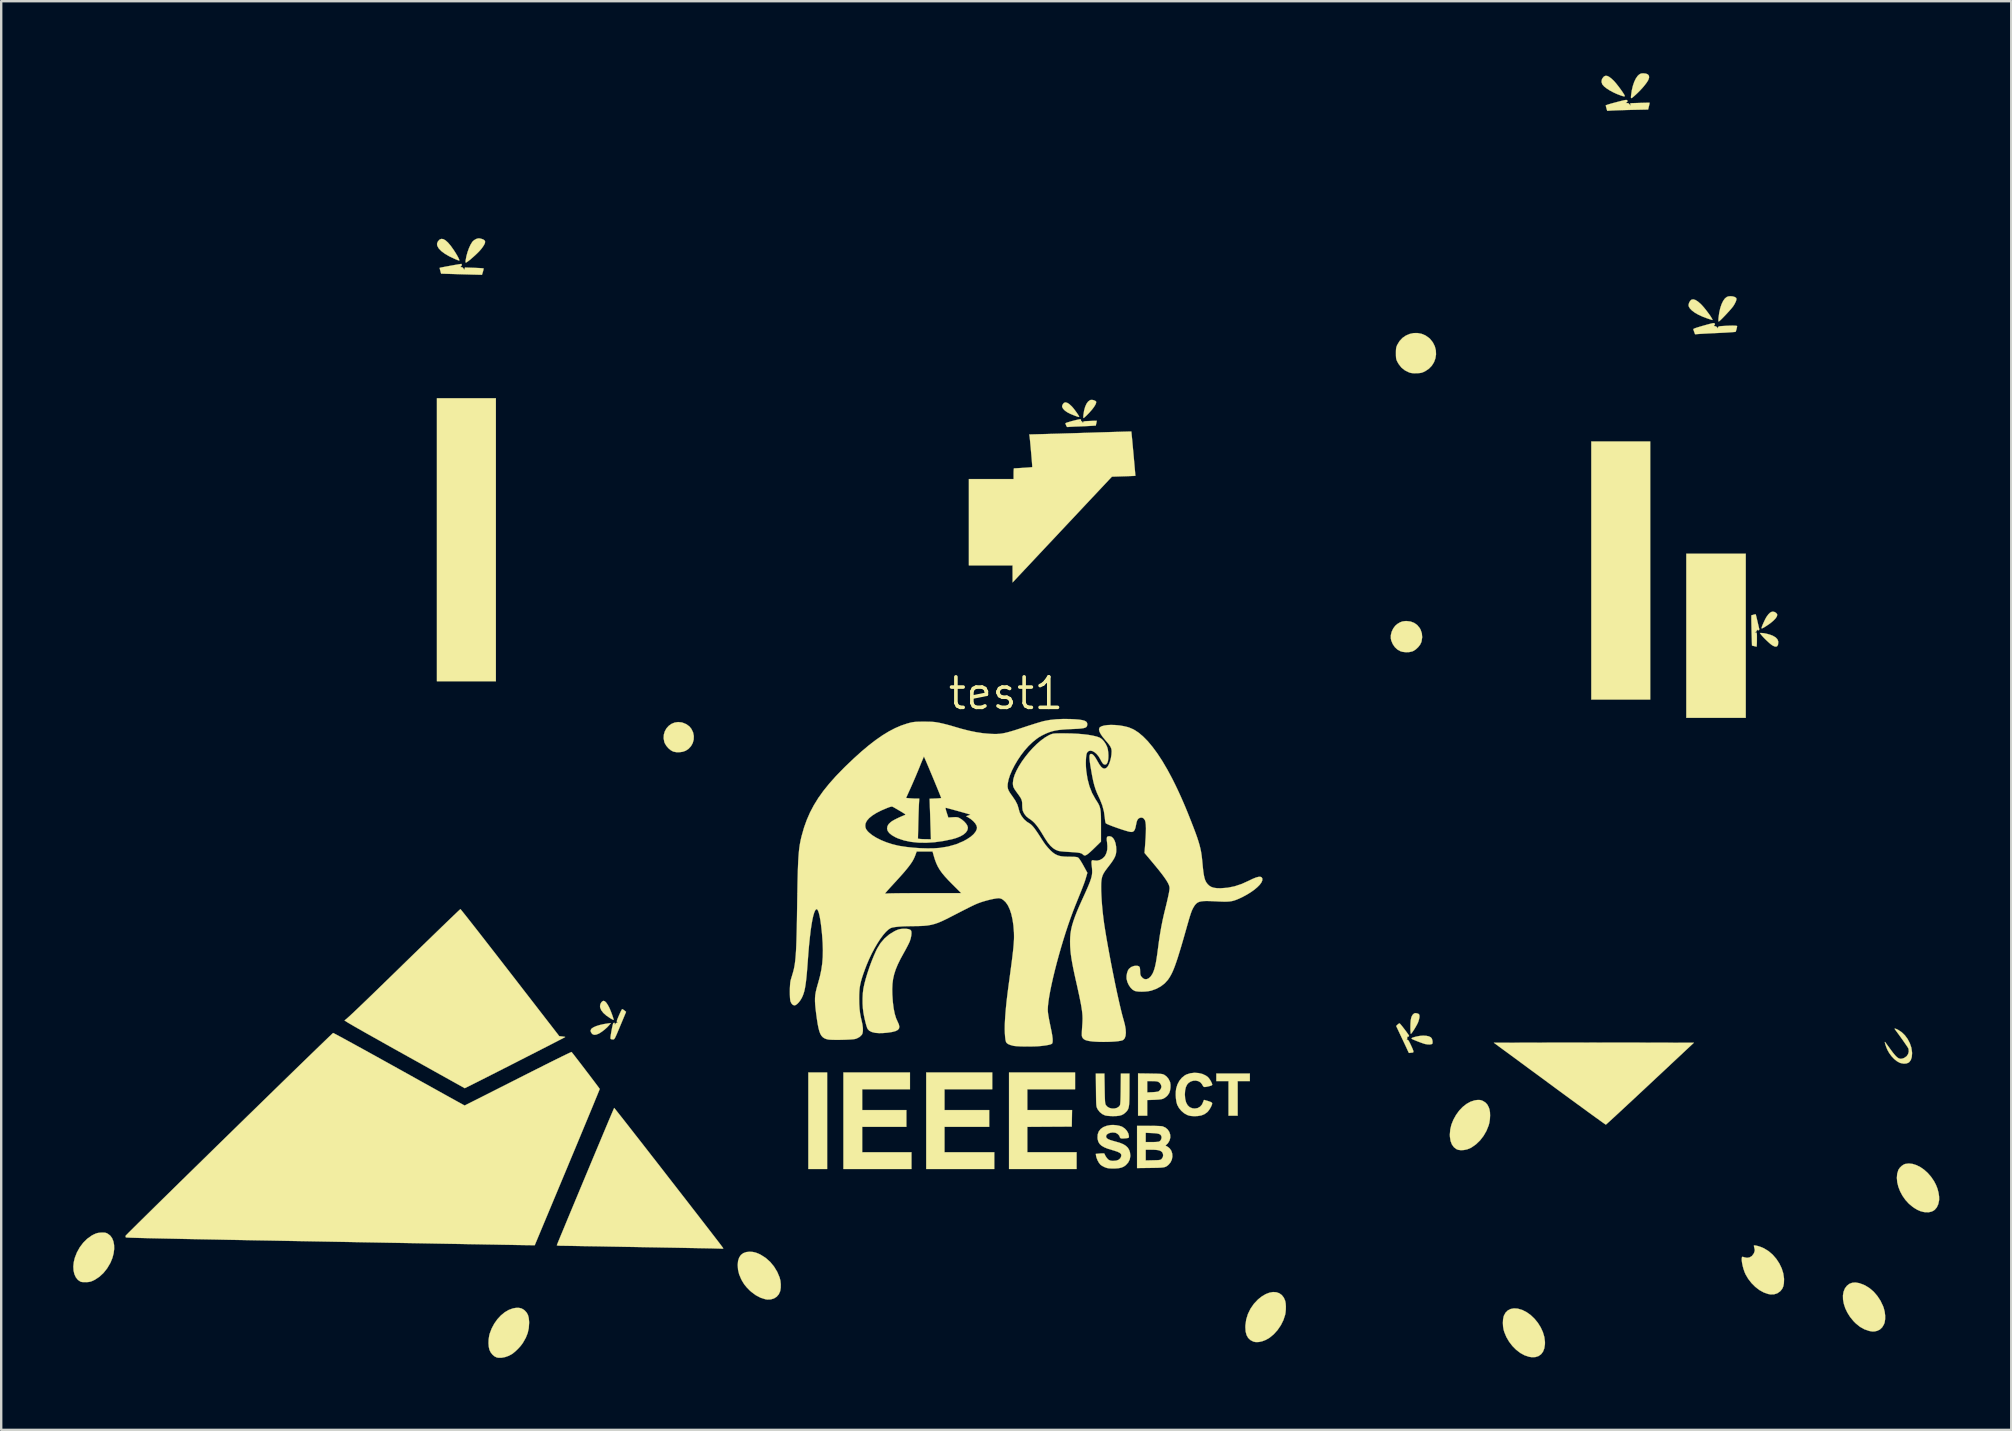
<source format=kicad_pcb>
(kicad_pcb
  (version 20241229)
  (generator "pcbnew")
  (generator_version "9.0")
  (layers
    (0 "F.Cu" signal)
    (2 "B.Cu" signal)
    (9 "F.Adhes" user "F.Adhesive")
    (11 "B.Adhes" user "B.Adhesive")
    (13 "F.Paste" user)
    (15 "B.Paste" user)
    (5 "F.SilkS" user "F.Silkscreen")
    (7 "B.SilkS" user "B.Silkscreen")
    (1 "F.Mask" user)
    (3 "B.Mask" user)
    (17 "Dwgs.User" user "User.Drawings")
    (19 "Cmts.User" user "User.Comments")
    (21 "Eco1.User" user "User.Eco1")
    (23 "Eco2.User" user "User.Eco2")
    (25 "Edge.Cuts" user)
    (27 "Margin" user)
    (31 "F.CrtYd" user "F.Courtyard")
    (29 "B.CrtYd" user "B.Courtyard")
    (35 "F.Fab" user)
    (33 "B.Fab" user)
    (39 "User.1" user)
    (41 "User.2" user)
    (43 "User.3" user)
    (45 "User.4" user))
  (footprint "test1"
    (layer "F.Cu")
    (at 38.859 25.839)
    (property "Reference" "test1" (at 0 0 0) (layer "F.SilkS") (effects (font (size 1.27 1.27) (thickness 0.15))))
    (attr through_hole)
    (fp_poly (pts (xy -21.251 -0.508) (xy -23.707 -0.508) (xy -23.707 -12.298) (xy -21.251 -12.298) (xy -21.251 -0.508)) (stroke (width 0.01) (type solid)) (fill yes) (layer "F.SilkS"))
    (fp_poly (pts (xy -7.451 19.812) (xy -8.234 19.812) (xy -8.234 15.79) (xy -7.451 15.79) (xy -7.451 19.812)) (stroke (width 0.01) (type solid)) (fill yes) (layer "F.SilkS"))
    (fp_poly (pts (xy 26.839 0.254) (xy 24.384 0.254) (xy 24.384 -10.499) (xy 26.839 -10.499) (xy 26.839 0.254)) (stroke (width 0.01) (type solid)) (fill yes) (layer "F.SilkS"))
    (fp_poly (pts (xy 30.819 1.016) (xy 28.342 1.016) (xy 28.342 -5.821) (xy 30.819 -5.821) (xy 30.819 1.016)) (stroke (width 0.01) (type solid)) (fill yes) (layer "F.SilkS"))
    (fp_poly (pts (xy 10.16 16.15) (xy 9.652 16.15) (xy 9.652 17.59) (xy 9.271 17.59) (xy 9.271 16.15) (xy 8.763 16.15) (xy 8.763 15.833) (xy 10.16 15.833) (xy 10.16 16.15)) (stroke (width 0.01) (type solid)) (fill yes) (layer "F.SilkS"))
    (fp_poly (pts (xy -4 16.489) (xy -5.99 16.489) (xy -5.99 17.357) (xy -4.149 17.357) (xy -4.149 18.055) (xy -5.99 18.055) (xy -5.99 19.113) (xy -3.937 19.113) (xy -3.937 19.812) (xy -6.773 19.812) (xy -6.773 15.79) (xy -4 15.79) (xy -4 16.489)) (stroke (width 0.01) (type solid)) (fill yes) (layer "F.SilkS"))
    (fp_poly (pts (xy -0.572 16.489) (xy -2.561 16.489) (xy -2.561 17.357) (xy -0.699 17.357) (xy -0.699 18.055) (xy -2.561 18.055) (xy -2.561 19.113) (xy -0.487 19.113) (xy -0.487 19.812) (xy -3.323 19.812) (xy -3.323 15.79) (xy -0.572 15.79) (xy -0.572 16.489)) (stroke (width 0.01) (type solid)) (fill yes) (layer "F.SilkS"))
    (fp_poly (pts (xy 2.879 16.489) (xy 0.889 16.489) (xy 0.889 17.357) (xy 2.753 17.357) (xy 2.741 18.045) (xy 1.815 18.05) (xy 0.889 18.056) (xy 0.889 19.113) (xy 2.942 19.113) (xy 2.942 19.812) (xy 0.127 19.812) (xy 0.127 15.79) (xy 2.879 15.79) (xy 2.879 16.489)) (stroke (width 0.01) (type solid)) (fill yes) (layer "F.SilkS"))
    (fp_poly (pts (xy -16.532 13.82) (xy -16.615 13.909) (xy -16.72 14.003) (xy -16.833 14.09) (xy -16.939 14.158) (xy -16.964 14.172) (xy -17.073 14.214) (xy -17.161 14.221) (xy -17.229 14.191) (xy -17.246 14.176) (xy -17.296 14.102) (xy -17.305 14.034) (xy -17.272 13.972) (xy -17.261 13.961) (xy -17.183 13.908) (xy -17.069 13.858) (xy -16.924 13.813) (xy -16.756 13.775) (xy -16.575 13.746) (xy -16.461 13.731) (xy -16.532 13.82)) (stroke (width 0.01) (type solid)) (fill yes) (layer "F.SilkS"))
    (fp_poly (pts (xy 31.479 -2.518) (xy 31.578 -2.509) (xy 31.698 -2.485) (xy 31.821 -2.451) (xy 31.93 -2.411) (xy 31.948 -2.403) (xy 32.063 -2.335) (xy 32.136 -2.259) (xy 32.171 -2.173) (xy 32.173 -2.138) (xy 32.164 -2.037) (xy 32.134 -1.975) (xy 32.085 -1.949) (xy 32.014 -1.959) (xy 31.922 -2.006) (xy 31.908 -2.016) (xy 31.844 -2.064) (xy 31.763 -2.136) (xy 31.673 -2.22) (xy 31.585 -2.307) (xy 31.509 -2.389) (xy 31.454 -2.454) (xy 31.45 -2.461) (xy 31.408 -2.519) (xy 31.479 -2.518)) (stroke (width 0.01) (type solid)) (fill yes) (layer "F.SilkS"))
    (fp_poly (pts (xy 3.656 -12.217) (xy 3.716 -12.192) (xy 3.753 -12.162) (xy 3.756 -12.156) (xy 3.755 -12.104) (xy 3.725 -12.029) (xy 3.667 -11.936) (xy 3.586 -11.828) (xy 3.483 -11.711) (xy 3.456 -11.682) (xy 3.381 -11.605) (xy 3.315 -11.541) (xy 3.265 -11.496) (xy 3.237 -11.474) (xy 3.233 -11.472) (xy 3.223 -11.492) (xy 3.222 -11.549) (xy 3.227 -11.608) (xy 3.255 -11.787) (xy 3.298 -11.94) (xy 3.354 -12.066) (xy 3.421 -12.159) (xy 3.497 -12.215) (xy 3.529 -12.227) (xy 3.588 -12.23) (xy 3.656 -12.217)) (stroke (width 0.01) (type solid)) (fill yes) (layer "F.SilkS"))
    (fp_poly (pts (xy 32.021 -3.393) (xy 32.082 -3.357) (xy 32.122 -3.307) (xy 32.131 -3.272) (xy 32.112 -3.202) (xy 32.055 -3.119) (xy 31.963 -3.025) (xy 31.838 -2.922) (xy 31.682 -2.814) (xy 31.672 -2.808) (xy 31.58 -2.75) (xy 31.518 -2.718) (xy 31.484 -2.71) (xy 31.475 -2.721) (xy 31.484 -2.758) (xy 31.508 -2.823) (xy 31.542 -2.906) (xy 31.583 -2.995) (xy 31.624 -3.082) (xy 31.663 -3.155) (xy 31.684 -3.19) (xy 31.762 -3.297) (xy 31.834 -3.367) (xy 31.904 -3.402) (xy 31.951 -3.408) (xy 32.021 -3.393)) (stroke (width 0.01) (type solid)) (fill yes) (layer "F.SilkS"))
    (fp_poly (pts (xy -16.709 12.826) (xy -16.649 12.885) (xy -16.585 12.982) (xy -16.539 13.066) (xy -16.507 13.135) (xy -16.471 13.221) (xy -16.434 13.315) (xy -16.4 13.408) (xy -16.372 13.491) (xy -16.352 13.557) (xy -16.345 13.595) (xy -16.346 13.601) (xy -16.367 13.596) (xy -16.414 13.572) (xy -16.476 13.536) (xy -16.479 13.535) (xy -16.647 13.422) (xy -16.774 13.309) (xy -16.86 13.198) (xy -16.905 13.088) (xy -16.912 13.026) (xy -16.899 12.95) (xy -16.865 12.88) (xy -16.818 12.828) (xy -16.766 12.806) (xy -16.761 12.806) (xy -16.709 12.826)) (stroke (width 0.01) (type solid)) (fill yes) (layer "F.SilkS"))
    (fp_poly (pts (xy -23.44 -18.927) (xy -23.349 -18.876) (xy -23.247 -18.785) (xy -23.135 -18.653) (xy -23.012 -18.481) (xy -23.003 -18.468) (xy -22.926 -18.348) (xy -22.862 -18.241) (xy -22.814 -18.151) (xy -22.783 -18.084) (xy -22.773 -18.044) (xy -22.78 -18.034) (xy -22.811 -18.042) (xy -22.87 -18.064) (xy -22.945 -18.095) (xy -22.97 -18.106) (xy -23.192 -18.211) (xy -23.375 -18.318) (xy -23.519 -18.424) (xy -23.622 -18.53) (xy -23.645 -18.562) (xy -23.692 -18.651) (xy -23.703 -18.729) (xy -23.679 -18.806) (xy -23.658 -18.84) (xy -23.595 -18.909) (xy -23.522 -18.937) (xy -23.44 -18.927)) (stroke (width 0.01) (type solid)) (fill yes) (layer "F.SilkS"))
    (fp_poly (pts (xy 2.547 -12.11) (xy 2.636 -12.055) (xy 2.74 -11.96) (xy 2.745 -11.955) (xy 2.79 -11.904) (xy 2.844 -11.836) (xy 2.902 -11.759) (xy 2.958 -11.681) (xy 3.005 -11.612) (xy 3.037 -11.559) (xy 3.048 -11.532) (xy 3.045 -11.521) (xy 3.031 -11.518) (xy 2.999 -11.525) (xy 2.942 -11.545) (xy 2.857 -11.576) (xy 2.686 -11.646) (xy 2.553 -11.714) (xy 2.454 -11.784) (xy 2.385 -11.856) (xy 2.358 -11.899) (xy 2.339 -11.944) (xy 2.34 -11.981) (xy 2.361 -12.033) (xy 2.364 -12.04) (xy 2.411 -12.102) (xy 2.472 -12.126) (xy 2.547 -12.11)) (stroke (width 0.01) (type solid)) (fill yes) (layer "F.SilkS"))
    (fp_poly (pts (xy 17.504 14.262) (xy 17.611 14.284) (xy 17.691 14.321) (xy 17.735 14.367) (xy 17.76 14.433) (xy 17.772 14.505) (xy 17.77 14.566) (xy 17.759 14.595) (xy 17.718 14.615) (xy 17.648 14.624) (xy 17.56 14.62) (xy 17.463 14.605) (xy 17.456 14.603) (xy 17.402 14.587) (xy 17.324 14.56) (xy 17.231 14.526) (xy 17.134 14.489) (xy 17.043 14.452) (xy 16.968 14.421) (xy 16.92 14.398) (xy 16.912 14.393) (xy 16.895 14.374) (xy 16.907 14.355) (xy 16.951 14.335) (xy 17.032 14.31) (xy 17.092 14.295) (xy 17.237 14.267) (xy 17.377 14.256) (xy 17.504 14.262)) (stroke (width 0.01) (type solid)) (fill yes) (layer "F.SilkS"))
    (fp_poly (pts (xy 17.095 13.321) (xy 17.171 13.34) (xy 17.212 13.373) (xy 17.227 13.43) (xy 17.224 13.493) (xy 17.208 13.574) (xy 17.18 13.667) (xy 17.16 13.719) (xy 17.126 13.788) (xy 17.081 13.869) (xy 17.031 13.955) (xy 16.979 14.037) (xy 16.932 14.107) (xy 16.894 14.158) (xy 16.87 14.181) (xy 16.868 14.182) (xy 16.861 14.162) (xy 16.855 14.108) (xy 16.85 14.027) (xy 16.849 13.929) (xy 16.849 13.918) (xy 16.852 13.75) (xy 16.862 13.618) (xy 16.881 13.517) (xy 16.909 13.44) (xy 16.947 13.382) (xy 16.958 13.37) (xy 17.006 13.33) (xy 17.05 13.317) (xy 17.095 13.321)) (stroke (width 0.01) (type solid)) (fill yes) (layer "F.SilkS"))
    (fp_poly (pts (xy 25.038 -25.729) (xy 25.122 -25.692) (xy 25.221 -25.618) (xy 25.314 -25.531) (xy 25.37 -25.47) (xy 25.437 -25.39) (xy 25.509 -25.299) (xy 25.581 -25.203) (xy 25.649 -25.108) (xy 25.708 -25.022) (xy 25.752 -24.952) (xy 25.777 -24.903) (xy 25.781 -24.889) (xy 25.772 -24.875) (xy 25.742 -24.874) (xy 25.684 -24.889) (xy 25.601 -24.916) (xy 25.442 -24.977) (xy 25.287 -25.049) (xy 25.144 -25.127) (xy 25.02 -25.208) (xy 24.921 -25.286) (xy 24.855 -25.359) (xy 24.844 -25.375) (xy 24.811 -25.469) (xy 24.82 -25.564) (xy 24.849 -25.626) (xy 24.904 -25.695) (xy 24.966 -25.73) (xy 25.038 -25.729)) (stroke (width 0.01) (type solid)) (fill yes) (layer "F.SilkS"))
    (fp_poly (pts (xy 26.664 -25.822) (xy 26.743 -25.787) (xy 26.786 -25.732) (xy 26.792 -25.656) (xy 26.761 -25.561) (xy 26.756 -25.552) (xy 26.703 -25.464) (xy 26.624 -25.358) (xy 26.527 -25.241) (xy 26.419 -25.123) (xy 26.307 -25.011) (xy 26.276 -24.982) (xy 26.183 -24.897) (xy 26.116 -24.839) (xy 26.073 -24.807) (xy 26.048 -24.801) (xy 26.037 -24.819) (xy 26.037 -24.86) (xy 26.043 -24.924) (xy 26.043 -24.926) (xy 26.072 -25.125) (xy 26.116 -25.311) (xy 26.172 -25.476) (xy 26.238 -25.615) (xy 26.312 -25.722) (xy 26.36 -25.769) (xy 26.421 -25.811) (xy 26.48 -25.83) (xy 26.55 -25.834) (xy 26.664 -25.822)) (stroke (width 0.01) (type solid)) (fill yes) (layer "F.SilkS"))
    (fp_poly (pts (xy -13.508 1.207) (xy -13.471 1.217) (xy -13.315 1.281) (xy -13.188 1.375) (xy -13.106 1.476) (xy -13.036 1.62) (xy -13.005 1.771) (xy -13.01 1.921) (xy -13.049 2.065) (xy -13.122 2.196) (xy -13.225 2.308) (xy -13.344 2.386) (xy -13.46 2.428) (xy -13.596 2.449) (xy -13.733 2.447) (xy -13.855 2.423) (xy -13.864 2.42) (xy -13.966 2.365) (xy -14.066 2.28) (xy -14.153 2.177) (xy -14.216 2.068) (xy -14.233 2.024) (xy -14.262 1.869) (xy -14.254 1.719) (xy -14.213 1.579) (xy -14.144 1.455) (xy -14.049 1.349) (xy -13.934 1.267) (xy -13.803 1.213) (xy -13.66 1.192) (xy -13.508 1.207)) (stroke (width 0.01) (type solid)) (fill yes) (layer "F.SilkS"))
    (fp_poly (pts (xy 30.281 -16.54) (xy 30.358 -16.517) (xy 30.413 -16.483) (xy 30.429 -16.459) (xy 30.43 -16.404) (xy 30.404 -16.324) (xy 30.352 -16.221) (xy 30.307 -16.147) (xy 30.27 -16.097) (xy 30.213 -16.027) (xy 30.142 -15.946) (xy 30.061 -15.857) (xy 29.977 -15.767) (xy 29.895 -15.681) (xy 29.82 -15.605) (xy 29.757 -15.545) (xy 29.712 -15.506) (xy 29.691 -15.494) (xy 29.681 -15.514) (xy 29.68 -15.57) (xy 29.685 -15.647) (xy 29.714 -15.86) (xy 29.757 -16.052) (xy 29.812 -16.218) (xy 29.878 -16.353) (xy 29.952 -16.456) (xy 30.034 -16.52) (xy 30.034 -16.52) (xy 30.107 -16.543) (xy 30.193 -16.549) (xy 30.281 -16.54)) (stroke (width 0.01) (type solid)) (fill yes) (layer "F.SilkS"))
    (fp_poly (pts (xy -21.871 -18.945) (xy -21.781 -18.915) (xy -21.724 -18.877) (xy -21.699 -18.826) (xy -21.707 -18.761) (xy -21.748 -18.676) (xy -21.82 -18.569) (xy -21.866 -18.51) (xy -21.922 -18.445) (xy -21.996 -18.368) (xy -22.082 -18.285) (xy -22.174 -18.201) (xy -22.265 -18.121) (xy -22.35 -18.05) (xy -22.423 -17.995) (xy -22.477 -17.959) (xy -22.503 -17.949) (xy -22.514 -17.969) (xy -22.513 -18.021) (xy -22.509 -18.05) (xy -22.477 -18.22) (xy -22.43 -18.39) (xy -22.372 -18.55) (xy -22.307 -18.692) (xy -22.239 -18.803) (xy -22.217 -18.832) (xy -22.16 -18.882) (xy -22.088 -18.925) (xy -22.066 -18.935) (xy -21.998 -18.956) (xy -21.94 -18.959) (xy -21.871 -18.945)) (stroke (width 0.01) (type solid)) (fill yes) (layer "F.SilkS"))
    (fp_poly (pts (xy 28.725 -16.391) (xy 28.827 -16.327) (xy 28.941 -16.228) (xy 28.966 -16.203) (xy 29.031 -16.133) (xy 29.101 -16.05) (xy 29.174 -15.959) (xy 29.245 -15.865) (xy 29.311 -15.775) (xy 29.366 -15.693) (xy 29.407 -15.626) (xy 29.43 -15.58) (xy 29.432 -15.559) (xy 29.429 -15.558) (xy 29.402 -15.565) (xy 29.345 -15.582) (xy 29.269 -15.607) (xy 29.231 -15.619) (xy 29.028 -15.695) (xy 28.848 -15.777) (xy 28.697 -15.864) (xy 28.577 -15.953) (xy 28.491 -16.042) (xy 28.443 -16.128) (xy 28.438 -16.147) (xy 28.44 -16.216) (xy 28.467 -16.294) (xy 28.511 -16.363) (xy 28.563 -16.407) (xy 28.565 -16.408) (xy 28.637 -16.418) (xy 28.725 -16.391)) (stroke (width 0.01) (type solid)) (fill yes) (layer "F.SilkS"))
    (fp_poly (pts (xy 16.857 -2.996) (xy 17.006 -2.94) (xy 17.134 -2.849) (xy 17.236 -2.724) (xy 17.272 -2.659) (xy 17.325 -2.505) (xy 17.339 -2.341) (xy 17.314 -2.174) (xy 17.302 -2.133) (xy 17.251 -2.029) (xy 17.17 -1.926) (xy 17.073 -1.835) (xy 16.969 -1.769) (xy 16.924 -1.75) (xy 16.796 -1.722) (xy 16.652 -1.717) (xy 16.513 -1.735) (xy 16.435 -1.758) (xy 16.309 -1.828) (xy 16.199 -1.93) (xy 16.112 -2.058) (xy 16.052 -2.201) (xy 16.033 -2.288) (xy 16.033 -2.425) (xy 16.067 -2.567) (xy 16.13 -2.702) (xy 16.216 -2.819) (xy 16.304 -2.895) (xy 16.414 -2.961) (xy 16.516 -2.999) (xy 16.628 -3.014) (xy 16.69 -3.016) (xy 16.857 -2.996)) (stroke (width 0.01) (type solid)) (fill yes) (layer "F.SilkS"))
    (fp_poly (pts (xy 11.265 24.946) (xy 11.388 24.989) (xy 11.493 25.065) (xy 11.577 25.174) (xy 11.633 25.306) (xy 11.652 25.408) (xy 11.661 25.536) (xy 11.658 25.674) (xy 11.645 25.807) (xy 11.631 25.883) (xy 11.559 26.104) (xy 11.452 26.319) (xy 11.315 26.52) (xy 11.155 26.698) (xy 10.977 26.844) (xy 10.964 26.852) (xy 10.825 26.931) (xy 10.68 26.987) (xy 10.538 27.019) (xy 10.408 27.023) (xy 10.307 27.002) (xy 10.184 26.938) (xy 10.09 26.849) (xy 10.024 26.732) (xy 9.985 26.585) (xy 9.973 26.406) (xy 9.975 26.322) (xy 10.008 26.084) (xy 10.08 25.851) (xy 10.188 25.631) (xy 10.329 25.427) (xy 10.5 25.246) (xy 10.654 25.123) (xy 10.818 25.025) (xy 10.976 24.964) (xy 11.126 24.937) (xy 11.265 24.946)) (stroke (width 0.01) (type solid)) (fill yes) (layer "F.SilkS"))
    (fp_poly (pts (xy 21.315 25.628) (xy 21.321 25.629) (xy 21.51 25.684) (xy 21.692 25.777) (xy 21.864 25.901) (xy 22.022 26.052) (xy 22.161 26.223) (xy 22.278 26.411) (xy 22.369 26.61) (xy 22.429 26.813) (xy 22.454 27.017) (xy 22.453 27.113) (xy 22.427 27.283) (xy 22.373 27.422) (xy 22.291 27.53) (xy 22.184 27.606) (xy 22.055 27.647) (xy 21.903 27.652) (xy 21.789 27.634) (xy 21.605 27.573) (xy 21.425 27.474) (xy 21.254 27.343) (xy 21.098 27.186) (xy 20.96 27.006) (xy 20.846 26.811) (xy 20.76 26.604) (xy 20.733 26.512) (xy 20.709 26.373) (xy 20.701 26.223) (xy 20.709 26.077) (xy 20.734 25.952) (xy 20.745 25.92) (xy 20.811 25.797) (xy 20.905 25.704) (xy 21.023 25.644) (xy 21.161 25.618) (xy 21.315 25.628)) (stroke (width 0.01) (type solid)) (fill yes) (layer "F.SilkS"))
    (fp_poly (pts (xy -10.543 23.267) (xy -10.419 23.296) (xy -10.289 23.348) (xy -10.221 23.382) (xy -10.013 23.514) (xy -9.825 23.68) (xy -9.663 23.876) (xy -9.529 24.096) (xy -9.43 24.331) (xy -9.397 24.464) (xy -9.382 24.613) (xy -9.384 24.76) (xy -9.404 24.89) (xy -9.408 24.904) (xy -9.465 25.031) (xy -9.552 25.132) (xy -9.664 25.204) (xy -9.796 25.244) (xy -9.942 25.25) (xy -10.022 25.238) (xy -10.224 25.174) (xy -10.422 25.07) (xy -10.612 24.929) (xy -10.685 24.863) (xy -10.808 24.736) (xy -10.906 24.614) (xy -10.989 24.48) (xy -11.034 24.395) (xy -11.116 24.201) (xy -11.162 24.01) (xy -11.176 23.809) (xy -11.161 23.641) (xy -11.116 23.502) (xy -11.043 23.393) (xy -10.942 23.316) (xy -10.814 23.271) (xy -10.677 23.258) (xy -10.543 23.267)) (stroke (width 0.01) (type solid)) (fill yes) (layer "F.SilkS"))
    (fp_poly (pts (xy 35.549 24.567) (xy 35.722 24.63) (xy 35.793 24.662) (xy 35.976 24.775) (xy 36.148 24.922) (xy 36.301 25.1) (xy 36.433 25.301) (xy 36.537 25.519) (xy 36.567 25.601) (xy 36.607 25.756) (xy 36.627 25.917) (xy 36.626 26.07) (xy 36.605 26.205) (xy 36.579 26.278) (xy 36.503 26.408) (xy 36.406 26.5) (xy 36.292 26.554) (xy 36.191 26.577) (xy 36.098 26.581) (xy 35.994 26.565) (xy 35.952 26.555) (xy 35.758 26.488) (xy 35.576 26.385) (xy 35.402 26.244) (xy 35.304 26.145) (xy 35.166 25.975) (xy 35.053 25.796) (xy 34.965 25.613) (xy 34.905 25.429) (xy 34.872 25.25) (xy 34.868 25.08) (xy 34.894 24.924) (xy 34.95 24.787) (xy 35.032 24.677) (xy 35.138 24.595) (xy 35.259 24.55) (xy 35.395 24.54) (xy 35.549 24.567)) (stroke (width 0.01) (type solid)) (fill yes) (layer "F.SilkS"))
    (fp_poly (pts (xy 19.77 16.941) (xy 19.83 16.959) (xy 19.883 16.984) (xy 19.982 17.048) (xy 20.058 17.134) (xy 20.116 17.249) (xy 20.142 17.327) (xy 20.163 17.443) (xy 20.168 17.584) (xy 20.16 17.736) (xy 20.138 17.884) (xy 20.11 17.992) (xy 20.018 18.22) (xy 19.896 18.432) (xy 19.749 18.622) (xy 19.58 18.784) (xy 19.396 18.913) (xy 19.328 18.949) (xy 19.208 18.995) (xy 19.078 19.021) (xy 18.951 19.028) (xy 18.839 19.013) (xy 18.771 18.987) (xy 18.66 18.903) (xy 18.577 18.788) (xy 18.521 18.642) (xy 18.495 18.466) (xy 18.492 18.373) (xy 18.509 18.164) (xy 18.557 17.963) (xy 18.638 17.761) (xy 18.75 17.559) (xy 18.881 17.379) (xy 19.028 17.225) (xy 19.187 17.1) (xy 19.353 17.008) (xy 19.521 16.953) (xy 19.62 16.938) (xy 19.706 16.935) (xy 19.77 16.941)) (stroke (width 0.01) (type solid)) (fill yes) (layer "F.SilkS"))
    (fp_poly (pts (xy 37.766 19.599) (xy 37.929 19.65) (xy 38.093 19.732) (xy 38.252 19.843) (xy 38.403 19.979) (xy 38.541 20.138) (xy 38.662 20.316) (xy 38.744 20.472) (xy 38.806 20.631) (xy 38.85 20.798) (xy 38.874 20.959) (xy 38.875 21.1) (xy 38.874 21.111) (xy 38.839 21.278) (xy 38.777 21.412) (xy 38.69 21.514) (xy 38.578 21.581) (xy 38.442 21.614) (xy 38.284 21.611) (xy 38.214 21.599) (xy 38.093 21.567) (xy 37.977 21.517) (xy 37.853 21.444) (xy 37.772 21.388) (xy 37.612 21.255) (xy 37.47 21.099) (xy 37.349 20.927) (xy 37.251 20.744) (xy 37.177 20.555) (xy 37.131 20.366) (xy 37.114 20.183) (xy 37.128 20.011) (xy 37.175 19.856) (xy 37.181 19.843) (xy 37.236 19.761) (xy 37.315 19.683) (xy 37.403 19.625) (xy 37.458 19.602) (xy 37.608 19.582) (xy 37.766 19.599)) (stroke (width 0.01) (type solid)) (fill yes) (layer "F.SilkS"))
    (fp_poly (pts (xy -20.179 25.622) (xy -20.082 25.678) (xy -20.045 25.71) (xy -19.968 25.795) (xy -19.914 25.894) (xy -19.882 26.014) (xy -19.867 26.164) (xy -19.866 26.226) (xy -19.88 26.439) (xy -19.924 26.641) (xy -20.002 26.839) (xy -20.117 27.042) (xy -20.151 27.093) (xy -20.231 27.197) (xy -20.333 27.308) (xy -20.442 27.412) (xy -20.547 27.498) (xy -20.575 27.518) (xy -20.715 27.594) (xy -20.865 27.647) (xy -21.015 27.675) (xy -21.153 27.674) (xy -21.218 27.661) (xy -21.308 27.617) (xy -21.395 27.542) (xy -21.469 27.447) (xy -21.518 27.345) (xy -21.547 27.218) (xy -21.558 27.067) (xy -21.552 26.907) (xy -21.528 26.751) (xy -21.508 26.671) (xy -21.425 26.453) (xy -21.317 26.252) (xy -21.188 26.07) (xy -21.042 25.912) (xy -20.883 25.781) (xy -20.714 25.682) (xy -20.541 25.619) (xy -20.422 25.598) (xy -20.289 25.596) (xy -20.179 25.622)) (stroke (width 0.01) (type solid)) (fill yes) (layer "F.SilkS"))
    (fp_poly (pts (xy -37.531 22.465) (xy -37.477 22.48) (xy -37.423 22.506) (xy -37.319 22.584) (xy -37.239 22.692) (xy -37.185 22.826) (xy -37.156 22.98) (xy -37.153 23.15) (xy -37.177 23.331) (xy -37.226 23.518) (xy -37.303 23.707) (xy -37.316 23.733) (xy -37.445 23.951) (xy -37.597 24.142) (xy -37.769 24.301) (xy -37.955 24.424) (xy -37.99 24.442) (xy -38.081 24.484) (xy -38.156 24.508) (xy -38.237 24.521) (xy -38.318 24.526) (xy -38.444 24.526) (xy -38.531 24.513) (xy -38.555 24.504) (xy -38.663 24.432) (xy -38.747 24.328) (xy -38.808 24.198) (xy -38.844 24.045) (xy -38.854 23.876) (xy -38.836 23.694) (xy -38.794 23.517) (xy -38.705 23.288) (xy -38.587 23.075) (xy -38.443 22.884) (xy -38.278 22.72) (xy -38.097 22.59) (xy -38.017 22.546) (xy -37.925 22.504) (xy -37.85 22.48) (xy -37.771 22.467) (xy -37.688 22.462) (xy -37.596 22.46) (xy -37.531 22.465)) (stroke (width 0.01) (type solid)) (fill yes) (layer "F.SilkS"))
    (fp_poly (pts (xy 24.897 14.545) (xy 25.334 14.545) (xy 25.755 14.545) (xy 26.152 14.546) (xy 26.516 14.547) (xy 26.574 14.547) (xy 28.657 14.552) (xy 26.836 16.256) (xy 26.601 16.476) (xy 26.374 16.687) (xy 26.158 16.889) (xy 25.954 17.078) (xy 25.765 17.254) (xy 25.591 17.415) (xy 25.436 17.559) (xy 25.3 17.684) (xy 25.187 17.788) (xy 25.097 17.87) (xy 25.034 17.927) (xy 24.998 17.958) (xy 24.99 17.963) (xy 24.971 17.952) (xy 24.919 17.916) (xy 24.837 17.858) (xy 24.727 17.779) (xy 24.591 17.681) (xy 24.431 17.565) (xy 24.248 17.433) (xy 24.046 17.285) (xy 23.825 17.124) (xy 23.588 16.951) (xy 23.336 16.767) (xy 23.073 16.574) (xy 22.799 16.372) (xy 22.645 16.259) (xy 20.325 14.552) (xy 22.407 14.547) (xy 22.765 14.546) (xy 23.157 14.545) (xy 23.574 14.545) (xy 24.009 14.545) (xy 24.453 14.544) (xy 24.897 14.545)) (stroke (width 0.01) (type solid)) (fill yes) (layer "F.SilkS"))
    (fp_poly (pts (xy 17.315 -14.982) (xy 17.475 -14.916) (xy 17.621 -14.813) (xy 17.671 -14.767) (xy 17.786 -14.622) (xy 17.865 -14.463) (xy 17.908 -14.296) (xy 17.916 -14.126) (xy 17.89 -13.959) (xy 17.832 -13.8) (xy 17.741 -13.654) (xy 17.619 -13.528) (xy 17.467 -13.426) (xy 17.445 -13.415) (xy 17.372 -13.381) (xy 17.309 -13.36) (xy 17.241 -13.348) (xy 17.151 -13.342) (xy 17.104 -13.34) (xy 16.991 -13.339) (xy 16.907 -13.346) (xy 16.836 -13.36) (xy 16.792 -13.375) (xy 16.62 -13.459) (xy 16.476 -13.574) (xy 16.359 -13.723) (xy 16.303 -13.822) (xy 16.277 -13.878) (xy 16.26 -13.929) (xy 16.251 -13.987) (xy 16.246 -14.063) (xy 16.245 -14.169) (xy 16.245 -14.171) (xy 16.246 -14.279) (xy 16.251 -14.356) (xy 16.261 -14.416) (xy 16.278 -14.47) (xy 16.302 -14.525) (xy 16.397 -14.682) (xy 16.518 -14.811) (xy 16.659 -14.909) (xy 16.815 -14.976) (xy 16.98 -15.012) (xy 17.148 -15.014) (xy 17.315 -14.982)) (stroke (width 0.01) (type solid)) (fill yes) (layer "F.SilkS"))
    (fp_poly (pts (xy 16.4 13.745) (xy 16.425 13.77) (xy 16.468 13.82) (xy 16.524 13.889) (xy 16.585 13.968) (xy 16.648 14.051) (xy 16.706 14.13) (xy 16.753 14.197) (xy 16.784 14.245) (xy 16.793 14.265) (xy 16.778 14.292) (xy 16.751 14.297) (xy 16.718 14.305) (xy 16.717 14.334) (xy 16.714 14.381) (xy 16.703 14.4) (xy 16.694 14.422) (xy 16.721 14.427) (xy 16.722 14.427) (xy 16.744 14.433) (xy 16.768 14.459) (xy 16.799 14.509) (xy 16.839 14.588) (xy 16.881 14.677) (xy 16.931 14.787) (xy 16.962 14.865) (xy 16.975 14.916) (xy 16.97 14.946) (xy 16.947 14.96) (xy 16.906 14.964) (xy 16.898 14.965) (xy 16.844 14.971) (xy 16.819 14.978) (xy 16.785 14.972) (xy 16.766 14.941) (xy 16.752 14.909) (xy 16.722 14.844) (xy 16.68 14.752) (xy 16.627 14.639) (xy 16.566 14.51) (xy 16.501 14.372) (xy 16.256 13.854) (xy 16.317 13.793) (xy 16.36 13.758) (xy 16.394 13.744) (xy 16.4 13.745)) (stroke (width 0.01) (type solid)) (fill yes) (layer "F.SilkS"))
    (fp_poly (pts (xy -22.686 -17.893) (xy -22.67 -17.863) (xy -22.68 -17.82) (xy -22.707 -17.788) (xy -22.729 -17.768) (xy -22.716 -17.761) (xy -22.686 -17.76) (xy -22.631 -17.743) (xy -22.599 -17.702) (xy -22.569 -17.645) (xy -22.553 -17.695) (xy -22.538 -17.744) (xy -22.156 -17.731) (xy -22.033 -17.726) (xy -21.926 -17.721) (xy -21.84 -17.715) (xy -21.784 -17.711) (xy -21.764 -17.707) (xy -21.764 -17.682) (xy -21.774 -17.63) (xy -21.791 -17.568) (xy -21.83 -17.441) (xy -22.011 -17.445) (xy -22.079 -17.447) (xy -22.181 -17.449) (xy -22.312 -17.453) (xy -22.464 -17.457) (xy -22.631 -17.462) (xy -22.804 -17.467) (xy -22.863 -17.469) (xy -23.532 -17.489) (xy -23.565 -17.608) (xy -23.582 -17.672) (xy -23.592 -17.716) (xy -23.594 -17.729) (xy -23.57 -17.736) (xy -23.511 -17.749) (xy -23.427 -17.765) (xy -23.323 -17.785) (xy -23.207 -17.806) (xy -23.088 -17.828) (xy -22.972 -17.849) (xy -22.866 -17.867) (xy -22.778 -17.881) (xy -22.716 -17.891) (xy -22.687 -17.894) (xy -22.686 -17.893)) (stroke (width 0.01) (type solid)) (fill yes) (layer "F.SilkS"))
    (fp_poly (pts (xy -15.963 13.161) (xy -15.918 13.19) (xy -15.898 13.206) (xy -15.826 13.265) (xy -16.067 13.84) (xy -16.136 14.005) (xy -16.19 14.134) (xy -16.233 14.233) (xy -16.267 14.306) (xy -16.292 14.356) (xy -16.313 14.387) (xy -16.33 14.405) (xy -16.346 14.412) (xy -16.364 14.414) (xy -16.372 14.414) (xy -16.427 14.408) (xy -16.464 14.396) (xy -16.473 14.382) (xy -16.476 14.351) (xy -16.472 14.297) (xy -16.461 14.215) (xy -16.442 14.1) (xy -16.435 14.063) (xy -16.414 13.952) (xy -16.393 13.856) (xy -16.375 13.783) (xy -16.36 13.74) (xy -16.355 13.732) (xy -16.317 13.718) (xy -16.299 13.739) (xy -16.297 13.764) (xy -16.295 13.811) (xy -16.273 13.764) (xy -16.239 13.727) (xy -16.206 13.716) (xy -16.177 13.713) (xy -16.187 13.698) (xy -16.197 13.69) (xy -16.209 13.675) (xy -16.212 13.653) (xy -16.204 13.616) (xy -16.183 13.558) (xy -16.147 13.471) (xy -16.121 13.411) (xy -16.079 13.316) (xy -16.041 13.236) (xy -16.011 13.18) (xy -15.993 13.153) (xy -15.991 13.152) (xy -15.963 13.161)) (stroke (width 0.01) (type solid)) (fill yes) (layer "F.SilkS"))
    (fp_poly (pts (xy 6.006 15.836) (xy 6.166 15.839) (xy 6.289 15.841) (xy 6.382 15.845) (xy 6.451 15.85) (xy 6.501 15.856) (xy 6.539 15.865) (xy 6.571 15.877) (xy 6.599 15.891) (xy 6.694 15.962) (xy 6.774 16.061) (xy 6.83 16.173) (xy 6.839 16.201) (xy 6.854 16.304) (xy 6.852 16.423) (xy 6.835 16.54) (xy 6.804 16.638) (xy 6.799 16.65) (xy 6.722 16.758) (xy 6.617 16.846) (xy 6.54 16.887) (xy 6.475 16.904) (xy 6.368 16.918) (xy 6.222 16.927) (xy 6.175 16.929) (xy 5.884 16.939) (xy 5.884 17.59) (xy 5.503 17.59) (xy 5.503 16.15) (xy 5.884 16.15) (xy 5.884 16.621) (xy 6.101 16.612) (xy 6.216 16.604) (xy 6.303 16.593) (xy 6.357 16.578) (xy 6.363 16.574) (xy 6.417 16.523) (xy 6.459 16.455) (xy 6.477 16.388) (xy 6.477 16.384) (xy 6.459 16.307) (xy 6.413 16.233) (xy 6.351 16.182) (xy 6.291 16.163) (xy 6.198 16.153) (xy 6.086 16.15) (xy 5.884 16.15) (xy 5.503 16.15) (xy 5.503 15.829) (xy 6.006 15.836)) (stroke (width 0.01) (type solid)) (fill yes) (layer "F.SilkS"))
    (fp_poly (pts (xy 25.865 -24.721) (xy 25.878 -24.712) (xy 25.883 -24.706) (xy 25.897 -24.675) (xy 25.881 -24.648) (xy 25.864 -24.633) (xy 25.819 -24.596) (xy 25.884 -24.596) (xy 25.94 -24.584) (xy 25.979 -24.541) (xy 25.981 -24.537) (xy 26.012 -24.479) (xy 26.013 -24.534) (xy 26.014 -24.589) (xy 26.41 -24.602) (xy 26.535 -24.605) (xy 26.644 -24.608) (xy 26.732 -24.609) (xy 26.79 -24.609) (xy 26.813 -24.608) (xy 26.813 -24.608) (xy 26.812 -24.585) (xy 26.802 -24.533) (xy 26.785 -24.464) (xy 26.751 -24.326) (xy 26.123 -24.313) (xy 25.951 -24.309) (xy 25.78 -24.304) (xy 25.619 -24.299) (xy 25.476 -24.295) (xy 25.359 -24.29) (xy 25.276 -24.286) (xy 25.271 -24.286) (xy 25.047 -24.273) (xy 25.017 -24.376) (xy 25 -24.439) (xy 24.989 -24.485) (xy 24.987 -24.498) (xy 25.007 -24.509) (xy 25.061 -24.528) (xy 25.145 -24.554) (xy 25.252 -24.585) (xy 25.376 -24.618) (xy 25.421 -24.63) (xy 25.566 -24.668) (xy 25.675 -24.695) (xy 25.753 -24.713) (xy 25.808 -24.723) (xy 25.843 -24.725) (xy 25.865 -24.721)) (stroke (width 0.01) (type solid)) (fill yes) (layer "F.SilkS"))
    (fp_poly (pts (xy 31.233 -3.297) (xy 31.24 -3.275) (xy 31.255 -3.219) (xy 31.275 -3.137) (xy 31.298 -3.037) (xy 31.306 -3.005) (xy 31.331 -2.897) (xy 31.353 -2.803) (xy 31.37 -2.73) (xy 31.381 -2.688) (xy 31.382 -2.683) (xy 31.377 -2.647) (xy 31.348 -2.629) (xy 31.315 -2.636) (xy 31.304 -2.648) (xy 31.289 -2.662) (xy 31.285 -2.637) (xy 31.285 -2.633) (xy 31.267 -2.59) (xy 31.237 -2.566) (xy 31.189 -2.543) (xy 31.237 -2.541) (xy 31.256 -2.54) (xy 31.269 -2.531) (xy 31.277 -2.508) (xy 31.282 -2.466) (xy 31.284 -2.397) (xy 31.284 -2.295) (xy 31.284 -2.244) (xy 31.283 -2.137) (xy 31.28 -2.048) (xy 31.276 -1.984) (xy 31.271 -1.952) (xy 31.268 -1.95) (xy 31.24 -1.956) (xy 31.186 -1.968) (xy 31.166 -1.973) (xy 31.079 -1.994) (xy 31.065 -2.472) (xy 31.061 -2.62) (xy 31.058 -2.765) (xy 31.055 -2.896) (xy 31.053 -3.005) (xy 31.052 -3.084) (xy 31.052 -3.101) (xy 31.052 -3.253) (xy 31.138 -3.279) (xy 31.193 -3.293) (xy 31.228 -3.298) (xy 31.233 -3.297)) (stroke (width 0.01) (type solid)) (fill yes) (layer "F.SilkS"))
    (fp_poly (pts (xy 31.253 23.003) (xy 31.333 23.023) (xy 31.425 23.052) (xy 31.517 23.088) (xy 31.58 23.117) (xy 31.767 23.231) (xy 31.938 23.377) (xy 32.089 23.551) (xy 32.216 23.743) (xy 32.316 23.949) (xy 32.383 24.162) (xy 32.413 24.374) (xy 32.414 24.416) (xy 32.408 24.573) (xy 32.384 24.699) (xy 32.338 24.802) (xy 32.269 24.89) (xy 32.248 24.91) (xy 32.132 24.991) (xy 32 25.032) (xy 31.85 25.036) (xy 31.75 25.018) (xy 31.569 24.955) (xy 31.39 24.856) (xy 31.218 24.724) (xy 31.06 24.566) (xy 30.921 24.387) (xy 30.813 24.204) (xy 30.767 24.097) (xy 30.725 23.975) (xy 30.691 23.847) (xy 30.666 23.724) (xy 30.652 23.615) (xy 30.653 23.53) (xy 30.659 23.498) (xy 30.67 23.475) (xy 30.69 23.469) (xy 30.731 23.48) (xy 30.761 23.491) (xy 30.875 23.512) (xy 30.98 23.493) (xy 31.072 23.438) (xy 31.143 23.349) (xy 31.169 23.294) (xy 31.191 23.226) (xy 31.193 23.171) (xy 31.178 23.103) (xy 31.164 23.045) (xy 31.158 23.007) (xy 31.16 22.999) (xy 31.191 22.994) (xy 31.253 23.003)) (stroke (width 0.01) (type solid)) (fill yes) (layer "F.SilkS"))
    (fp_poly (pts (xy 3.103 -11.421) (xy 3.127 -11.395) (xy 3.125 -11.377) (xy 3.128 -11.35) (xy 3.141 -11.345) (xy 3.17 -11.328) (xy 3.191 -11.298) (xy 3.209 -11.265) (xy 3.215 -11.27) (xy 3.216 -11.295) (xy 3.219 -11.313) (xy 3.231 -11.325) (xy 3.258 -11.334) (xy 3.308 -11.341) (xy 3.387 -11.346) (xy 3.497 -11.351) (xy 3.601 -11.356) (xy 3.688 -11.359) (xy 3.75 -11.36) (xy 3.78 -11.36) (xy 3.781 -11.36) (xy 3.779 -11.339) (xy 3.77 -11.29) (xy 3.763 -11.258) (xy 3.741 -11.16) (xy 3.537 -11.147) (xy 3.442 -11.142) (xy 3.318 -11.136) (xy 3.179 -11.13) (xy 3.039 -11.124) (xy 2.985 -11.122) (xy 2.864 -11.118) (xy 2.755 -11.112) (xy 2.666 -11.107) (xy 2.606 -11.103) (xy 2.587 -11.1) (xy 2.551 -11.101) (xy 2.524 -11.128) (xy 2.507 -11.164) (xy 2.487 -11.216) (xy 2.477 -11.251) (xy 2.477 -11.255) (xy 2.496 -11.267) (xy 2.548 -11.287) (xy 2.624 -11.31) (xy 2.708 -11.335) (xy 3.069 -11.335) (xy 3.08 -11.324) (xy 3.09 -11.335) (xy 3.08 -11.345) (xy 3.069 -11.335) (xy 2.708 -11.335) (xy 2.715 -11.337) (xy 2.813 -11.363) (xy 2.909 -11.387) (xy 2.994 -11.406) (xy 3.061 -11.419) (xy 3.099 -11.422) (xy 3.103 -11.421)) (stroke (width 0.01) (type solid)) (fill yes) (layer "F.SilkS"))
    (fp_poly (pts (xy 37.091 13.979) (xy 37.164 14.013) (xy 37.314 14.111) (xy 37.449 14.241) (xy 37.564 14.398) (xy 37.655 14.572) (xy 37.718 14.757) (xy 37.746 14.945) (xy 37.748 14.997) (xy 37.735 15.148) (xy 37.697 15.268) (xy 37.634 15.355) (xy 37.601 15.38) (xy 37.514 15.415) (xy 37.405 15.423) (xy 37.288 15.403) (xy 37.232 15.385) (xy 37.119 15.323) (xy 37.002 15.229) (xy 36.891 15.111) (xy 36.793 14.977) (xy 36.726 14.856) (xy 36.693 14.782) (xy 36.663 14.704) (xy 36.638 14.631) (xy 36.621 14.569) (xy 36.613 14.529) (xy 36.618 14.517) (xy 36.623 14.52) (xy 36.638 14.54) (xy 36.674 14.588) (xy 36.726 14.66) (xy 36.791 14.748) (xy 36.856 14.838) (xy 36.96 14.977) (xy 37.048 15.082) (xy 37.123 15.156) (xy 37.191 15.201) (xy 37.257 15.22) (xy 37.324 15.217) (xy 37.398 15.193) (xy 37.433 15.176) (xy 37.522 15.112) (xy 37.582 15.024) (xy 37.61 14.922) (xy 37.602 14.815) (xy 37.592 14.786) (xy 37.575 14.756) (xy 37.538 14.699) (xy 37.483 14.619) (xy 37.417 14.523) (xy 37.342 14.416) (xy 37.263 14.306) (xy 37.185 14.197) (xy 37.111 14.097) (xy 37.046 14.01) (xy 37.035 13.996) (xy 37.02 13.967) (xy 37.039 13.961) (xy 37.091 13.979)) (stroke (width 0.01) (type solid)) (fill yes) (layer "F.SilkS"))
    (fp_poly (pts (xy 29.509 -15.424) (xy 29.522 -15.414) (xy 29.522 -15.413) (xy 29.537 -15.381) (xy 29.518 -15.348) (xy 29.513 -15.342) (xy 29.492 -15.314) (xy 29.504 -15.304) (xy 29.532 -15.303) (xy 29.589 -15.285) (xy 29.619 -15.256) (xy 29.653 -15.208) (xy 29.666 -15.253) (xy 29.675 -15.272) (xy 29.694 -15.286) (xy 29.73 -15.296) (xy 29.792 -15.303) (xy 29.886 -15.309) (xy 29.915 -15.311) (xy 30.099 -15.32) (xy 30.247 -15.324) (xy 30.357 -15.323) (xy 30.427 -15.317) (xy 30.458 -15.306) (xy 30.459 -15.302) (xy 30.454 -15.264) (xy 30.441 -15.205) (xy 30.424 -15.142) (xy 30.408 -15.09) (xy 30.398 -15.066) (xy 30.374 -15.062) (xy 30.313 -15.056) (xy 30.22 -15.049) (xy 30.1 -15.041) (xy 29.959 -15.032) (xy 29.8 -15.024) (xy 29.697 -15.019) (xy 29.522 -15.011) (xy 29.355 -15.003) (xy 29.2 -14.995) (xy 29.065 -14.988) (xy 28.957 -14.981) (xy 28.881 -14.977) (xy 28.859 -14.975) (xy 28.708 -14.964) (xy 28.674 -15.054) (xy 28.652 -15.115) (xy 28.637 -15.162) (xy 28.634 -15.173) (xy 28.646 -15.188) (xy 28.689 -15.208) (xy 28.766 -15.236) (xy 28.879 -15.271) (xy 29.029 -15.315) (xy 29.062 -15.324) (xy 29.207 -15.365) (xy 29.317 -15.394) (xy 29.397 -15.414) (xy 29.452 -15.425) (xy 29.487 -15.428) (xy 29.509 -15.424)) (stroke (width 0.01) (type solid)) (fill yes) (layer "F.SilkS"))
    (fp_poly (pts (xy 4.111 16.455) (xy 4.114 16.636) (xy 4.117 16.779) (xy 4.121 16.89) (xy 4.125 16.974) (xy 4.13 17.036) (xy 4.137 17.08) (xy 4.146 17.112) (xy 4.156 17.138) (xy 4.162 17.148) (xy 4.225 17.219) (xy 4.312 17.267) (xy 4.413 17.292) (xy 4.517 17.292) (xy 4.615 17.268) (xy 4.697 17.219) (xy 4.745 17.162) (xy 4.754 17.135) (xy 4.761 17.086) (xy 4.767 17.011) (xy 4.772 16.906) (xy 4.776 16.769) (xy 4.779 16.594) (xy 4.78 16.473) (xy 4.787 15.833) (xy 5.144 15.833) (xy 5.144 16.485) (xy 5.143 16.693) (xy 5.141 16.864) (xy 5.137 17.002) (xy 5.131 17.112) (xy 5.12 17.199) (xy 5.105 17.267) (xy 5.085 17.322) (xy 5.059 17.368) (xy 5.026 17.41) (xy 4.985 17.452) (xy 4.909 17.517) (xy 4.825 17.562) (xy 4.723 17.591) (xy 4.596 17.606) (xy 4.446 17.609) (xy 4.335 17.605) (xy 4.232 17.597) (xy 4.151 17.584) (xy 4.127 17.578) (xy 4.013 17.524) (xy 3.908 17.439) (xy 3.826 17.334) (xy 3.807 17.298) (xy 3.793 17.269) (xy 3.782 17.241) (xy 3.773 17.207) (xy 3.767 17.164) (xy 3.762 17.106) (xy 3.758 17.028) (xy 3.755 16.926) (xy 3.753 16.794) (xy 3.751 16.627) (xy 3.75 16.515) (xy 3.743 15.833) (xy 4.1 15.833) (xy 4.111 16.455)) (stroke (width 0.01) (type solid)) (fill yes) (layer "F.SilkS"))
    (fp_poly (pts (xy -4.05 9.819) (xy -3.979 9.851) (xy -3.945 9.897) (xy -3.945 9.898) (xy -3.937 9.983) (xy -3.946 10.093) (xy -3.971 10.213) (xy -4.009 10.329) (xy -4.011 10.334) (xy -4.041 10.4) (xy -4.087 10.493) (xy -4.145 10.604) (xy -4.209 10.723) (xy -4.256 10.807) (xy -4.394 11.058) (xy -4.506 11.286) (xy -4.593 11.496) (xy -4.658 11.697) (xy -4.703 11.895) (xy -4.729 12.098) (xy -4.739 12.313) (xy -4.735 12.54) (xy -4.714 12.847) (xy -4.681 13.115) (xy -4.635 13.345) (xy -4.576 13.537) (xy -4.518 13.666) (xy -4.464 13.785) (xy -4.443 13.881) (xy -4.456 13.957) (xy -4.506 14.017) (xy -4.593 14.063) (xy -4.72 14.098) (xy -4.764 14.107) (xy -4.943 14.133) (xy -5.122 14.148) (xy -5.288 14.151) (xy -5.429 14.141) (xy -5.448 14.139) (xy -5.59 14.104) (xy -5.694 14.052) (xy -5.761 13.981) (xy -5.763 13.977) (xy -5.79 13.916) (xy -5.821 13.819) (xy -5.854 13.697) (xy -5.888 13.556) (xy -5.919 13.405) (xy -5.938 13.303) (xy -5.961 13.12) (xy -5.973 12.913) (xy -5.973 12.697) (xy -5.963 12.489) (xy -5.941 12.305) (xy -5.938 12.288) (xy -5.898 12.098) (xy -5.841 11.882) (xy -5.77 11.648) (xy -5.689 11.406) (xy -5.6 11.166) (xy -5.508 10.938) (xy -5.416 10.731) (xy -5.363 10.624) (xy -5.225 10.4) (xy -5.056 10.203) (xy -4.859 10.036) (xy -4.638 9.902) (xy -4.541 9.857) (xy -4.464 9.829) (xy -4.39 9.813) (xy -4.302 9.805) (xy -4.299 9.805) (xy -4.158 9.804) (xy -4.05 9.819)) (stroke (width 0.01) (type solid)) (fill yes) (layer "F.SilkS"))
    (fp_poly (pts (xy 5.953 18.013) (xy 6.098 18.014) (xy 6.233 18.016) (xy 6.35 18.02) (xy 6.443 18.025) (xy 6.505 18.031) (xy 6.522 18.034) (xy 6.643 18.087) (xy 6.738 18.168) (xy 6.805 18.268) (xy 6.841 18.381) (xy 6.846 18.5) (xy 6.817 18.618) (xy 6.753 18.728) (xy 6.706 18.778) (xy 6.645 18.835) (xy 6.733 18.884) (xy 6.825 18.959) (xy 6.89 19.057) (xy 6.926 19.172) (xy 6.933 19.295) (xy 6.91 19.418) (xy 6.857 19.532) (xy 6.781 19.624) (xy 6.738 19.663) (xy 6.698 19.693) (xy 6.656 19.716) (xy 6.606 19.734) (xy 6.542 19.746) (xy 6.46 19.754) (xy 6.352 19.76) (xy 6.214 19.763) (xy 6.039 19.766) (xy 6.017 19.766) (xy 5.461 19.773) (xy 5.461 19.455) (xy 5.821 19.455) (xy 6.127 19.448) (xy 6.247 19.445) (xy 6.333 19.442) (xy 6.391 19.436) (xy 6.43 19.428) (xy 6.457 19.415) (xy 6.48 19.396) (xy 6.49 19.385) (xy 6.536 19.313) (xy 6.549 19.229) (xy 6.528 19.148) (xy 6.494 19.1) (xy 6.446 19.063) (xy 6.384 19.037) (xy 6.3 19.02) (xy 6.187 19.011) (xy 6.048 19.008) (xy 5.821 19.008) (xy 5.821 19.455) (xy 5.461 19.455) (xy 5.461 18.69) (xy 5.821 18.69) (xy 6.073 18.69) (xy 6.178 18.688) (xy 6.272 18.684) (xy 6.344 18.677) (xy 6.381 18.669) (xy 6.434 18.629) (xy 6.47 18.565) (xy 6.483 18.492) (xy 6.478 18.461) (xy 6.458 18.411) (xy 6.424 18.374) (xy 6.369 18.348) (xy 6.289 18.33) (xy 6.176 18.319) (xy 6.088 18.315) (xy 5.821 18.303) (xy 5.821 18.69) (xy 5.461 18.69) (xy 5.461 18.013) (xy 5.953 18.013)) (stroke (width 0.01) (type solid)) (fill yes) (layer "F.SilkS"))
    (fp_poly (pts (xy 8.02 15.814) (xy 8.182 15.852) (xy 8.326 15.919) (xy 8.409 15.979) (xy 8.457 16.032) (xy 8.507 16.105) (xy 8.551 16.183) (xy 8.583 16.255) (xy 8.594 16.305) (xy 8.575 16.326) (xy 8.516 16.348) (xy 8.421 16.372) (xy 8.334 16.39) (xy 8.278 16.397) (xy 8.242 16.389) (xy 8.214 16.361) (xy 8.183 16.31) (xy 8.166 16.279) (xy 8.101 16.202) (xy 8.013 16.152) (xy 7.911 16.129) (xy 7.803 16.134) (xy 7.699 16.166) (xy 7.607 16.225) (xy 7.547 16.293) (xy 7.494 16.402) (xy 7.463 16.536) (xy 7.452 16.701) (xy 7.452 16.711) (xy 7.465 16.889) (xy 7.503 17.037) (xy 7.565 17.152) (xy 7.651 17.234) (xy 7.759 17.281) (xy 7.864 17.293) (xy 7.983 17.274) (xy 8.085 17.217) (xy 8.165 17.128) (xy 8.215 17.017) (xy 8.234 16.965) (xy 8.249 16.936) (xy 8.253 16.933) (xy 8.278 16.939) (xy 8.332 16.955) (xy 8.406 16.976) (xy 8.424 16.982) (xy 8.515 17.013) (xy 8.569 17.041) (xy 8.59 17.068) (xy 8.59 17.068) (xy 8.584 17.117) (xy 8.557 17.188) (xy 8.515 17.269) (xy 8.464 17.349) (xy 8.411 17.418) (xy 8.377 17.451) (xy 8.266 17.529) (xy 8.14 17.579) (xy 7.992 17.605) (xy 7.868 17.61) (xy 7.758 17.607) (xy 7.673 17.597) (xy 7.599 17.578) (xy 7.546 17.558) (xy 7.422 17.489) (xy 7.306 17.389) (xy 7.207 17.269) (xy 7.137 17.141) (xy 7.133 17.131) (xy 7.102 17.019) (xy 7.081 16.88) (xy 7.072 16.731) (xy 7.075 16.585) (xy 7.09 16.464) (xy 7.141 16.295) (xy 7.221 16.142) (xy 7.326 16.012) (xy 7.45 15.912) (xy 7.523 15.873) (xy 7.682 15.823) (xy 7.85 15.803) (xy 8.02 15.814)) (stroke (width 0.01) (type solid)) (fill yes) (layer "F.SilkS"))
    (fp_poly (pts (xy 5.225 -10.892) (xy 5.231 -10.834) (xy 5.239 -10.745) (xy 5.251 -10.629) (xy 5.264 -10.491) (xy 5.278 -10.338) (xy 5.293 -10.173) (xy 5.309 -10.003) (xy 5.324 -9.833) (xy 5.339 -9.667) (xy 5.353 -9.512) (xy 5.365 -9.371) (xy 5.376 -9.251) (xy 5.384 -9.157) (xy 5.389 -9.094) (xy 5.39 -9.067) (xy 5.39 -9.066) (xy 5.369 -9.064) (xy 5.311 -9.062) (xy 5.223 -9.058) (xy 5.111 -9.054) (xy 4.98 -9.049) (xy 4.9 -9.047) (xy 4.413 -9.031) (xy 2.519 -7.014) (xy 2.283 -6.763) (xy 2.054 -6.518) (xy 1.832 -6.282) (xy 1.619 -6.056) (xy 1.418 -5.842) (xy 1.231 -5.642) (xy 1.059 -5.458) (xy 0.904 -5.293) (xy 0.768 -5.149) (xy 0.653 -5.026) (xy 0.561 -4.929) (xy 0.494 -4.857) (xy 0.454 -4.814) (xy 0.451 -4.811) (xy 0.277 -4.625) (xy 0.276 -4.979) (xy 0.275 -5.334) (xy -1.545 -5.334) (xy -1.545 -8.932) (xy 0.318 -8.932) (xy 0.318 -9.155) (xy 0.319 -9.246) (xy 0.323 -9.319) (xy 0.328 -9.365) (xy 0.333 -9.377) (xy 0.385 -9.379) (xy 0.464 -9.383) (xy 0.561 -9.389) (xy 0.669 -9.396) (xy 0.781 -9.403) (xy 0.886 -9.41) (xy 0.978 -9.417) (xy 1.048 -9.423) (xy 1.089 -9.427) (xy 1.095 -9.428) (xy 1.095 -9.45) (xy 1.092 -9.508) (xy 1.085 -9.595) (xy 1.077 -9.706) (xy 1.066 -9.834) (xy 1.054 -9.972) (xy 1.041 -10.115) (xy 1.029 -10.257) (xy 1.016 -10.391) (xy 1.005 -10.51) (xy 0.995 -10.609) (xy 0.987 -10.681) (xy 0.983 -10.712) (xy 0.971 -10.789) (xy 1.539 -10.804) (xy 1.657 -10.807) (xy 1.812 -10.812) (xy 2 -10.817) (xy 2.215 -10.823) (xy 2.451 -10.831) (xy 2.704 -10.838) (xy 2.969 -10.846) (xy 3.24 -10.855) (xy 3.513 -10.863) (xy 3.662 -10.868) (xy 3.914 -10.876) (xy 4.154 -10.883) (xy 4.378 -10.89) (xy 4.583 -10.896) (xy 4.765 -10.901) (xy 4.921 -10.906) (xy 5.049 -10.909) (xy 5.143 -10.912) (xy 5.202 -10.913) (xy 5.222 -10.913) (xy 5.225 -10.892)) (stroke (width 0.01) (type solid)) (fill yes) (layer "F.SilkS"))
    (fp_poly (pts (xy 4.594 17.988) (xy 4.715 18.01) (xy 4.816 18.041) (xy 4.845 18.054) (xy 4.949 18.125) (xy 5.035 18.219) (xy 5.095 18.325) (xy 5.121 18.433) (xy 5.122 18.45) (xy 5.12 18.487) (xy 5.109 18.508) (xy 5.078 18.52) (xy 5.018 18.529) (xy 4.989 18.532) (xy 4.883 18.54) (xy 4.811 18.539) (xy 4.769 18.525) (xy 4.748 18.499) (xy 4.745 18.485) (xy 4.718 18.422) (xy 4.664 18.361) (xy 4.594 18.315) (xy 4.544 18.298) (xy 4.442 18.29) (xy 4.346 18.303) (xy 4.263 18.333) (xy 4.202 18.376) (xy 4.172 18.43) (xy 4.17 18.447) (xy 4.178 18.492) (xy 4.204 18.531) (xy 4.255 18.567) (xy 4.333 18.601) (xy 4.445 18.636) (xy 4.561 18.668) (xy 4.744 18.721) (xy 4.888 18.78) (xy 4.998 18.849) (xy 5.079 18.929) (xy 5.135 19.024) (xy 5.165 19.116) (xy 5.181 19.267) (xy 5.157 19.41) (xy 5.093 19.539) (xy 4.992 19.651) (xy 4.908 19.711) (xy 4.813 19.752) (xy 4.698 19.778) (xy 4.556 19.789) (xy 4.468 19.79) (xy 4.356 19.788) (xy 4.274 19.782) (xy 4.206 19.769) (xy 4.141 19.747) (xy 4.119 19.739) (xy 4.041 19.701) (xy 3.97 19.658) (xy 3.933 19.629) (xy 3.872 19.552) (xy 3.816 19.451) (xy 3.773 19.342) (xy 3.755 19.269) (xy 3.742 19.182) (xy 3.918 19.166) (xy 4.014 19.16) (xy 4.076 19.162) (xy 4.101 19.172) (xy 4.101 19.172) (xy 4.139 19.258) (xy 4.193 19.341) (xy 4.25 19.407) (xy 4.274 19.426) (xy 4.337 19.457) (xy 4.413 19.471) (xy 4.47 19.473) (xy 4.601 19.461) (xy 4.699 19.424) (xy 4.763 19.363) (xy 4.772 19.349) (xy 4.8 19.281) (xy 4.805 19.225) (xy 4.784 19.177) (xy 4.733 19.135) (xy 4.65 19.094) (xy 4.53 19.053) (xy 4.419 19.02) (xy 4.236 18.964) (xy 4.092 18.905) (xy 3.982 18.84) (xy 3.903 18.767) (xy 3.851 18.682) (xy 3.822 18.582) (xy 3.814 18.518) (xy 3.821 18.373) (xy 3.865 18.248) (xy 3.944 18.146) (xy 4.057 18.066) (xy 4.204 18.01) (xy 4.36 17.981) (xy 4.47 17.977) (xy 4.594 17.988)) (stroke (width 0.01) (type solid)) (fill yes) (layer "F.SilkS"))
    (fp_poly (pts (xy -16.309 17.283) (xy -16.27 17.329) (xy -16.21 17.406) (xy -16.128 17.509) (xy -16.027 17.637) (xy -15.907 17.789) (xy -15.772 17.962) (xy -15.622 18.154) (xy -15.459 18.363) (xy -15.284 18.586) (xy -15.099 18.823) (xy -14.907 19.07) (xy -14.707 19.327) (xy -14.502 19.589) (xy -14.294 19.857) (xy -14.085 20.127) (xy -13.875 20.397) (xy -13.666 20.666) (xy -13.46 20.931) (xy -13.259 21.19) (xy -13.064 21.442) (xy -12.877 21.683) (xy -12.699 21.913) (xy -12.532 22.129) (xy -12.377 22.329) (xy -12.237 22.511) (xy -12.113 22.672) (xy -12.006 22.811) (xy -11.918 22.926) (xy -11.851 23.015) (xy -11.806 23.075) (xy -11.784 23.105) (xy -11.783 23.106) (xy -11.781 23.125) (xy -11.809 23.131) (xy -11.847 23.131) (xy -11.9 23.128) (xy -11.983 23.126) (xy -12.086 23.123) (xy -12.192 23.12) (xy -12.27 23.118) (xy -12.385 23.116) (xy -12.533 23.113) (xy -12.711 23.11) (xy -12.917 23.106) (xy -13.148 23.102) (xy -13.401 23.097) (xy -13.672 23.092) (xy -13.959 23.087) (xy -14.26 23.082) (xy -14.57 23.076) (xy -14.887 23.071) (xy -15.209 23.065) (xy -15.532 23.059) (xy -15.853 23.054) (xy -16.17 23.048) (xy -16.479 23.043) (xy -16.778 23.037) (xy -17.063 23.032) (xy -17.332 23.028) (xy -17.582 23.024) (xy -17.81 23.02) (xy -18.013 23.016) (xy -18.188 23.013) (xy -18.332 23.011) (xy -18.442 23.009) (xy -18.515 23.008) (xy -18.547 23.008) (xy -18.625 23.006) (xy -18.682 23) (xy -18.71 22.991) (xy -18.711 22.988) (xy -18.703 22.967) (xy -18.68 22.909) (xy -18.643 22.817) (xy -18.592 22.694) (xy -18.53 22.543) (xy -18.456 22.366) (xy -18.373 22.166) (xy -18.282 21.945) (xy -18.183 21.707) (xy -18.077 21.453) (xy -17.966 21.187) (xy -17.851 20.911) (xy -17.733 20.627) (xy -17.613 20.34) (xy -17.492 20.05) (xy -17.371 19.761) (xy -17.252 19.475) (xy -17.135 19.195) (xy -17.021 18.924) (xy -16.912 18.664) (xy -16.809 18.418) (xy -16.713 18.189) (xy -16.625 17.979) (xy -16.546 17.791) (xy -16.477 17.628) (xy -16.419 17.492) (xy -16.374 17.385) (xy -16.342 17.311) (xy -16.325 17.273) (xy -16.322 17.267) (xy -16.309 17.283)) (stroke (width 0.01) (type solid)) (fill yes) (layer "F.SilkS"))
    (fp_poly (pts (xy -22.713 9.002) (xy -22.673 9.05) (xy -22.61 9.128) (xy -22.525 9.234) (xy -22.42 9.367) (xy -22.297 9.524) (xy -22.156 9.704) (xy -21.998 9.905) (xy -21.826 10.126) (xy -21.641 10.363) (xy -21.444 10.617) (xy -21.236 10.884) (xy -21.02 11.163) (xy -20.795 11.453) (xy -20.657 11.631) (xy -18.61 14.277) (xy -18.491 14.29) (xy -18.424 14.299) (xy -18.377 14.307) (xy -18.362 14.312) (xy -18.379 14.323) (xy -18.432 14.351) (xy -18.516 14.395) (xy -18.629 14.453) (xy -18.768 14.525) (xy -18.931 14.609) (xy -19.114 14.703) (xy -19.314 14.805) (xy -19.528 14.915) (xy -19.754 15.03) (xy -19.989 15.15) (xy -20.229 15.272) (xy -20.472 15.396) (xy -20.714 15.52) (xy -20.954 15.641) (xy -21.187 15.76) (xy -21.412 15.874) (xy -21.624 15.982) (xy -21.822 16.082) (xy -22.002 16.173) (xy -22.162 16.253) (xy -22.298 16.322) (xy -22.407 16.376) (xy -22.487 16.416) (xy -22.535 16.439) (xy -22.548 16.445) (xy -22.566 16.434) (xy -22.62 16.404) (xy -22.706 16.356) (xy -22.823 16.291) (xy -22.969 16.21) (xy -23.141 16.114) (xy -23.337 16.005) (xy -23.555 15.884) (xy -23.793 15.751) (xy -24.049 15.608) (xy -24.321 15.456) (xy -24.606 15.297) (xy -24.903 15.132) (xy -25.082 15.032) (xy -25.452 14.826) (xy -25.786 14.639) (xy -26.085 14.471) (xy -26.352 14.321) (xy -26.588 14.189) (xy -26.794 14.072) (xy -26.972 13.971) (xy -27.123 13.885) (xy -27.249 13.812) (xy -27.351 13.752) (xy -27.431 13.704) (xy -27.489 13.667) (xy -27.529 13.64) (xy -27.55 13.623) (xy -27.555 13.615) (xy -27.553 13.614) (xy -27.538 13.607) (xy -27.511 13.587) (xy -27.47 13.553) (xy -27.415 13.504) (xy -27.343 13.439) (xy -27.254 13.356) (xy -27.146 13.255) (xy -27.019 13.134) (xy -26.872 12.993) (xy -26.702 12.83) (xy -26.509 12.644) (xy -26.292 12.434) (xy -26.05 12.199) (xy -25.781 11.937) (xy -25.484 11.649) (xy -25.159 11.332) (xy -25.123 11.296) (xy -24.857 11.037) (xy -24.599 10.786) (xy -24.351 10.545) (xy -24.114 10.316) (xy -23.89 10.099) (xy -23.681 9.896) (xy -23.489 9.71) (xy -23.314 9.541) (xy -23.159 9.392) (xy -23.025 9.263) (xy -22.913 9.157) (xy -22.827 9.075) (xy -22.766 9.019) (xy -22.733 8.989) (xy -22.728 8.985) (xy -22.713 9.002)) (stroke (width 0.01) (type solid)) (fill yes) (layer "F.SilkS"))
    (fp_poly (pts (xy 2.466 1.663) (xy 2.732 1.668) (xy 2.986 1.68) (xy 3.222 1.7) (xy 3.436 1.726) (xy 3.623 1.759) (xy 3.779 1.796) (xy 3.898 1.838) (xy 3.912 1.845) (xy 3.997 1.904) (xy 4.082 1.996) (xy 4.158 2.109) (xy 4.216 2.233) (xy 4.217 2.236) (xy 4.244 2.335) (xy 4.26 2.455) (xy 4.267 2.582) (xy 4.263 2.705) (xy 4.249 2.811) (xy 4.225 2.884) (xy 4.192 2.938) (xy 4.156 2.96) (xy 4.128 2.963) (xy 4.09 2.958) (xy 4.056 2.939) (xy 4.021 2.9) (xy 3.979 2.834) (xy 3.927 2.736) (xy 3.852 2.613) (xy 3.768 2.514) (xy 3.681 2.442) (xy 3.595 2.397) (xy 3.514 2.383) (xy 3.443 2.401) (xy 3.386 2.454) (xy 3.369 2.485) (xy 3.351 2.546) (xy 3.338 2.641) (xy 3.33 2.76) (xy 3.327 2.894) (xy 3.33 3.036) (xy 3.339 3.174) (xy 3.344 3.221) (xy 3.396 3.559) (xy 3.477 3.868) (xy 3.586 4.147) (xy 3.723 4.395) (xy 3.734 4.412) (xy 3.791 4.5) (xy 3.838 4.576) (xy 3.875 4.647) (xy 3.903 4.718) (xy 3.924 4.794) (xy 3.939 4.883) (xy 3.949 4.988) (xy 3.955 5.116) (xy 3.957 5.272) (xy 3.958 5.462) (xy 3.958 5.566) (xy 3.958 6.171) (xy 3.741 6.384) (xy 3.613 6.509) (xy 3.509 6.605) (xy 3.427 6.675) (xy 3.363 6.721) (xy 3.313 6.746) (xy 3.273 6.751) (xy 3.239 6.738) (xy 3.208 6.712) (xy 3.207 6.71) (xy 3.175 6.683) (xy 3.132 6.661) (xy 3.072 6.644) (xy 2.988 6.63) (xy 2.876 6.619) (xy 2.731 6.609) (xy 2.646 6.604) (xy 2.518 6.596) (xy 2.399 6.587) (xy 2.298 6.577) (xy 2.223 6.567) (xy 2.191 6.561) (xy 2.071 6.514) (xy 1.959 6.443) (xy 1.85 6.343) (xy 1.741 6.21) (xy 1.628 6.041) (xy 1.587 5.974) (xy 1.475 5.788) (xy 1.376 5.635) (xy 1.286 5.511) (xy 1.201 5.409) (xy 1.116 5.326) (xy 1.028 5.255) (xy 0.944 5.2) (xy 0.843 5.117) (xy 0.758 5.008) (xy 0.702 4.892) (xy 0.69 4.835) (xy 0.681 4.753) (xy 0.677 4.662) (xy 0.677 4.653) (xy 0.675 4.558) (xy 0.664 4.481) (xy 0.642 4.411) (xy 0.603 4.337) (xy 0.543 4.248) (xy 0.491 4.177) (xy 0.414 4.071) (xy 0.358 3.989) (xy 0.322 3.924) (xy 0.301 3.866) (xy 0.291 3.806) (xy 0.288 3.738) (xy 0.289 3.715) (xy 0.308 3.568) (xy 0.358 3.402) (xy 0.436 3.223) (xy 0.538 3.034) (xy 0.66 2.84) (xy 0.8 2.646) (xy 0.952 2.457) (xy 1.113 2.277) (xy 1.28 2.111) (xy 1.449 1.965) (xy 1.616 1.842) (xy 1.777 1.747) (xy 1.856 1.711) (xy 1.898 1.695) (xy 1.937 1.683) (xy 1.981 1.674) (xy 2.036 1.669) (xy 2.109 1.665) (xy 2.205 1.663) (xy 2.331 1.663) (xy 2.466 1.663)) (stroke (width 0.01) (type solid)) (fill yes) (layer "F.SilkS"))
    (fp_poly (pts (xy 4.392 5.968) (xy 4.461 6.025) (xy 4.518 6.115) (xy 4.561 6.232) (xy 4.588 6.372) (xy 4.595 6.503) (xy 4.592 6.598) (xy 4.58 6.685) (xy 4.554 6.77) (xy 4.513 6.859) (xy 4.454 6.958) (xy 4.373 7.075) (xy 4.267 7.214) (xy 4.231 7.26) (xy 4.142 7.378) (xy 4.078 7.476) (xy 4.033 7.564) (xy 4.003 7.652) (xy 3.982 7.75) (xy 3.977 7.783) (xy 3.967 7.896) (xy 3.964 8.045) (xy 3.966 8.223) (xy 3.975 8.425) (xy 3.988 8.644) (xy 4.006 8.874) (xy 4.029 9.11) (xy 4.056 9.344) (xy 4.086 9.571) (xy 4.098 9.652) (xy 4.142 9.928) (xy 4.191 10.223) (xy 4.246 10.531) (xy 4.304 10.849) (xy 4.364 11.172) (xy 4.427 11.496) (xy 4.491 11.815) (xy 4.554 12.126) (xy 4.617 12.424) (xy 4.679 12.704) (xy 4.737 12.962) (xy 4.792 13.193) (xy 4.842 13.393) (xy 4.887 13.558) (xy 4.902 13.607) (xy 4.954 13.805) (xy 4.985 13.983) (xy 4.994 14.138) (xy 4.981 14.265) (xy 4.947 14.363) (xy 4.891 14.429) (xy 4.859 14.447) (xy 4.785 14.468) (xy 4.676 14.486) (xy 4.54 14.5) (xy 4.383 14.51) (xy 4.213 14.516) (xy 4.037 14.517) (xy 3.863 14.514) (xy 3.696 14.505) (xy 3.603 14.498) (xy 3.448 14.477) (xy 3.331 14.448) (xy 3.248 14.407) (xy 3.194 14.353) (xy 3.165 14.284) (xy 3.162 14.273) (xy 3.159 14.227) (xy 3.16 14.149) (xy 3.164 14.047) (xy 3.171 13.929) (xy 3.176 13.856) (xy 3.184 13.743) (xy 3.189 13.639) (xy 3.191 13.539) (xy 3.188 13.438) (xy 3.18 13.332) (xy 3.167 13.217) (xy 3.148 13.088) (xy 3.123 12.942) (xy 3.09 12.775) (xy 3.05 12.58) (xy 3.001 12.356) (xy 2.944 12.097) (xy 2.91 11.949) (xy 2.849 11.673) (xy 2.799 11.433) (xy 2.759 11.222) (xy 2.727 11.035) (xy 2.703 10.866) (xy 2.687 10.71) (xy 2.676 10.561) (xy 2.673 10.497) (xy 2.67 10.322) (xy 2.675 10.157) (xy 2.689 9.997) (xy 2.715 9.836) (xy 2.753 9.671) (xy 2.806 9.494) (xy 2.873 9.302) (xy 2.956 9.089) (xy 3.058 8.85) (xy 3.179 8.58) (xy 3.197 8.541) (xy 3.296 8.324) (xy 3.378 8.14) (xy 3.444 7.986) (xy 3.496 7.855) (xy 3.535 7.743) (xy 3.563 7.647) (xy 3.581 7.56) (xy 3.59 7.478) (xy 3.591 7.397) (xy 3.587 7.311) (xy 3.579 7.226) (xy 3.567 7.109) (xy 3.563 7.027) (xy 3.57 6.977) (xy 3.588 6.952) (xy 3.62 6.947) (xy 3.67 6.956) (xy 3.684 6.959) (xy 3.795 6.967) (xy 3.908 6.939) (xy 4.015 6.882) (xy 4.103 6.8) (xy 4.149 6.73) (xy 4.196 6.616) (xy 4.221 6.496) (xy 4.225 6.359) (xy 4.213 6.218) (xy 4.2 6.107) (xy 4.199 6.031) (xy 4.211 5.983) (xy 4.238 5.958) (xy 4.284 5.949) (xy 4.313 5.948) (xy 4.392 5.968)) (stroke (width 0.01) (type solid)) (fill yes) (layer "F.SilkS"))
    (fp_poly (pts (xy -28.01 14.154) (xy -27.954 14.183) (xy -27.865 14.23) (xy -27.746 14.294) (xy -27.598 14.374) (xy -27.423 14.47) (xy -27.223 14.579) (xy -27.001 14.701) (xy -26.759 14.834) (xy -26.498 14.978) (xy -26.221 15.131) (xy -25.929 15.293) (xy -25.626 15.461) (xy -25.312 15.636) (xy -25.284 15.651) (xy -24.97 15.826) (xy -24.666 15.995) (xy -24.374 16.158) (xy -24.096 16.312) (xy -23.835 16.457) (xy -23.592 16.592) (xy -23.369 16.716) (xy -23.169 16.827) (xy -22.993 16.924) (xy -22.844 17.007) (xy -22.723 17.073) (xy -22.633 17.123) (xy -22.576 17.154) (xy -22.553 17.166) (xy -22.553 17.166) (xy -22.533 17.157) (xy -22.478 17.129) (xy -22.39 17.085) (xy -22.271 17.025) (xy -22.124 16.951) (xy -21.95 16.864) (xy -21.753 16.764) (xy -21.535 16.654) (xy -21.298 16.534) (xy -21.044 16.405) (xy -20.776 16.27) (xy -20.496 16.128) (xy -20.328 16.043) (xy -20.042 15.898) (xy -19.767 15.759) (xy -19.504 15.627) (xy -19.257 15.502) (xy -19.027 15.387) (xy -18.817 15.283) (xy -18.629 15.19) (xy -18.466 15.109) (xy -18.329 15.043) (xy -18.222 14.992) (xy -18.147 14.957) (xy -18.106 14.939) (xy -18.098 14.937) (xy -18.068 14.974) (xy -18.017 15.038) (xy -17.949 15.126) (xy -17.867 15.232) (xy -17.774 15.352) (xy -17.673 15.484) (xy -17.567 15.622) (xy -17.461 15.762) (xy -17.355 15.9) (xy -17.255 16.033) (xy -17.162 16.156) (xy -17.08 16.264) (xy -17.013 16.355) (xy -16.962 16.423) (xy -16.932 16.465) (xy -16.925 16.477) (xy -16.933 16.499) (xy -16.956 16.558) (xy -16.994 16.652) (xy -17.046 16.779) (xy -17.111 16.936) (xy -17.187 17.123) (xy -17.275 17.336) (xy -17.374 17.574) (xy -17.482 17.834) (xy -17.599 18.116) (xy -17.723 18.415) (xy -17.855 18.732) (xy -17.992 19.062) (xy -18.136 19.405) (xy -18.277 19.745) (xy -19.632 22.987) (xy -19.918 22.984) (xy -19.959 22.984) (xy -20.042 22.982) (xy -20.163 22.98) (xy -20.323 22.978) (xy -20.519 22.974) (xy -20.749 22.97) (xy -21.013 22.966) (xy -21.309 22.96) (xy -21.635 22.955) (xy -21.99 22.948) (xy -22.372 22.942) (xy -22.78 22.934) (xy -23.212 22.927) (xy -23.667 22.919) (xy -24.143 22.91) (xy -24.639 22.901) (xy -25.153 22.892) (xy -25.684 22.883) (xy -26.23 22.873) (xy -26.79 22.863) (xy -27.362 22.852) (xy -27.945 22.842) (xy -28.427 22.833) (xy -29.196 22.819) (xy -29.923 22.806) (xy -30.609 22.793) (xy -31.255 22.782) (xy -31.861 22.77) (xy -32.428 22.76) (xy -32.956 22.749) (xy -33.446 22.74) (xy -33.898 22.731) (xy -34.314 22.723) (xy -34.694 22.715) (xy -35.038 22.708) (xy -35.348 22.701) (xy -35.623 22.695) (xy -35.864 22.689) (xy -36.073 22.684) (xy -36.249 22.679) (xy -36.393 22.675) (xy -36.506 22.671) (xy -36.589 22.667) (xy -36.642 22.664) (xy -36.665 22.662) (xy -36.666 22.661) (xy -36.677 22.622) (xy -36.677 22.594) (xy -36.661 22.577) (xy -36.617 22.531) (xy -36.546 22.459) (xy -36.448 22.362) (xy -36.326 22.241) (xy -36.181 22.097) (xy -36.015 21.933) (xy -35.828 21.749) (xy -35.623 21.547) (xy -35.401 21.328) (xy -35.163 21.094) (xy -34.911 20.847) (xy -34.646 20.587) (xy -34.37 20.316) (xy -34.084 20.036) (xy -33.79 19.748) (xy -33.489 19.454) (xy -33.183 19.154) (xy -32.873 18.85) (xy -32.56 18.545) (xy -32.246 18.238) (xy -31.933 17.932) (xy -31.622 17.628) (xy -31.314 17.328) (xy -31.011 17.033) (xy -30.715 16.744) (xy -30.426 16.462) (xy -30.147 16.19) (xy -29.879 15.929) (xy -29.622 15.679) (xy -29.38 15.444) (xy -29.152 15.223) (xy -28.942 15.019) (xy -28.749 14.832) (xy -28.576 14.665) (xy -28.424 14.518) (xy -28.295 14.394) (xy -28.19 14.293) (xy -28.11 14.217) (xy -28.057 14.168) (xy -28.033 14.146) (xy -28.031 14.145) (xy -28.01 14.154)) (stroke (width 0.01) (type solid)) (fill yes) (layer "F.SilkS"))
    (fp_poly (pts (xy 4.547 1.316) (xy 4.72 1.332) (xy 4.894 1.36) (xy 5.061 1.399) (xy 5.136 1.422) (xy 5.322 1.503) (xy 5.513 1.625) (xy 5.708 1.788) (xy 5.907 1.989) (xy 6.108 2.23) (xy 6.312 2.508) (xy 6.518 2.823) (xy 6.724 3.174) (xy 6.931 3.56) (xy 7.071 3.842) (xy 7.175 4.061) (xy 7.274 4.276) (xy 7.37 4.493) (xy 7.468 4.722) (xy 7.571 4.972) (xy 7.682 5.251) (xy 7.715 5.334) (xy 7.812 5.584) (xy 7.894 5.8) (xy 7.962 5.99) (xy 8.017 6.159) (xy 8.062 6.312) (xy 8.098 6.455) (xy 8.127 6.595) (xy 8.149 6.737) (xy 8.167 6.886) (xy 8.181 7.028) (xy 8.201 7.238) (xy 8.22 7.412) (xy 8.241 7.553) (xy 8.265 7.667) (xy 8.292 7.759) (xy 8.325 7.834) (xy 8.363 7.896) (xy 8.408 7.951) (xy 8.481 8.018) (xy 8.564 8.065) (xy 8.663 8.096) (xy 8.787 8.112) (xy 8.943 8.116) (xy 9.233 8.094) (xy 9.525 8.035) (xy 9.822 7.936) (xy 10.117 7.802) (xy 10.281 7.723) (xy 10.413 7.669) (xy 10.517 7.641) (xy 10.594 7.637) (xy 10.646 7.657) (xy 10.676 7.702) (xy 10.681 7.716) (xy 10.678 7.79) (xy 10.64 7.877) (xy 10.569 7.973) (xy 10.468 8.074) (xy 10.342 8.18) (xy 10.193 8.285) (xy 10.025 8.388) (xy 9.842 8.486) (xy 9.705 8.55) (xy 9.602 8.593) (xy 9.508 8.626) (xy 9.416 8.65) (xy 9.317 8.665) (xy 9.206 8.673) (xy 9.074 8.674) (xy 8.914 8.669) (xy 8.738 8.66) (xy 8.535 8.651) (xy 8.37 8.647) (xy 8.237 8.65) (xy 8.131 8.662) (xy 8.046 8.683) (xy 7.979 8.715) (xy 7.923 8.759) (xy 7.873 8.816) (xy 7.838 8.868) (xy 7.802 8.928) (xy 7.769 8.992) (xy 7.736 9.067) (xy 7.703 9.158) (xy 7.666 9.271) (xy 7.623 9.412) (xy 7.573 9.586) (xy 7.555 9.649) (xy 7.459 9.988) (xy 7.373 10.289) (xy 7.295 10.555) (xy 7.224 10.788) (xy 7.161 10.992) (xy 7.102 11.169) (xy 7.048 11.323) (xy 6.998 11.456) (xy 6.95 11.571) (xy 6.903 11.671) (xy 6.856 11.759) (xy 6.809 11.838) (xy 6.76 11.91) (xy 6.745 11.931) (xy 6.614 12.076) (xy 6.452 12.202) (xy 6.265 12.304) (xy 6.062 12.377) (xy 6.038 12.384) (xy 5.923 12.406) (xy 5.792 12.419) (xy 5.656 12.424) (xy 5.528 12.42) (xy 5.421 12.407) (xy 5.366 12.393) (xy 5.277 12.342) (xy 5.192 12.258) (xy 5.118 12.151) (xy 5.061 12.029) (xy 5.027 11.902) (xy 5.023 11.87) (xy 5.024 11.764) (xy 5.043 11.653) (xy 5.076 11.553) (xy 5.119 11.479) (xy 5.214 11.399) (xy 5.329 11.354) (xy 5.412 11.345) (xy 5.491 11.35) (xy 5.543 11.37) (xy 5.572 11.411) (xy 5.585 11.481) (xy 5.588 11.566) (xy 5.591 11.656) (xy 5.601 11.72) (xy 5.622 11.77) (xy 5.636 11.792) (xy 5.706 11.867) (xy 5.785 11.904) (xy 5.869 11.902) (xy 5.952 11.863) (xy 6.031 11.789) (xy 6.103 11.68) (xy 6.108 11.669) (xy 6.147 11.581) (xy 6.182 11.481) (xy 6.214 11.363) (xy 6.244 11.223) (xy 6.273 11.054) (xy 6.303 10.852) (xy 6.329 10.657) (xy 6.374 10.317) (xy 6.421 10.009) (xy 6.471 9.721) (xy 6.527 9.442) (xy 6.59 9.162) (xy 6.626 9.017) (xy 6.684 8.781) (xy 6.73 8.583) (xy 6.766 8.421) (xy 6.792 8.292) (xy 6.808 8.193) (xy 6.815 8.124) (xy 6.816 8.108) (xy 6.808 8.046) (xy 6.785 7.974) (xy 6.744 7.888) (xy 6.683 7.786) (xy 6.602 7.667) (xy 6.498 7.526) (xy 6.369 7.361) (xy 6.213 7.171) (xy 6.08 7.01) (xy 5.772 6.644) (xy 5.801 6.259) (xy 5.818 6.006) (xy 5.828 5.792) (xy 5.831 5.616) (xy 5.826 5.476) (xy 5.814 5.37) (xy 5.795 5.296) (xy 5.789 5.281) (xy 5.735 5.206) (xy 5.669 5.172) (xy 5.59 5.177) (xy 5.568 5.185) (xy 5.513 5.22) (xy 5.472 5.275) (xy 5.442 5.358) (xy 5.419 5.472) (xy 5.392 5.599) (xy 5.359 5.689) (xy 5.315 5.744) (xy 5.257 5.769) (xy 5.183 5.768) (xy 5.181 5.767) (xy 5.109 5.752) (xy 5.012 5.725) (xy 4.897 5.69) (xy 4.771 5.649) (xy 4.641 5.604) (xy 4.513 5.559) (xy 4.395 5.515) (xy 4.293 5.474) (xy 4.215 5.44) (xy 4.167 5.414) (xy 4.157 5.406) (xy 4.145 5.372) (xy 4.132 5.308) (xy 4.122 5.224) (xy 4.118 5.18) (xy 4.081 4.919) (xy 4.013 4.662) (xy 3.909 4.399) (xy 3.873 4.322) (xy 3.795 4.153) (xy 3.732 3.992) (xy 3.68 3.827) (xy 3.634 3.645) (xy 3.591 3.433) (xy 3.588 3.418) (xy 3.549 3.196) (xy 3.518 3.013) (xy 3.496 2.864) (xy 3.483 2.746) (xy 3.478 2.657) (xy 3.482 2.593) (xy 3.494 2.551) (xy 3.515 2.527) (xy 3.543 2.519) (xy 3.548 2.519) (xy 3.595 2.531) (xy 3.646 2.571) (xy 3.703 2.642) (xy 3.769 2.746) (xy 3.82 2.837) (xy 3.898 2.969) (xy 3.968 3.06) (xy 4.033 3.114) (xy 4.096 3.132) (xy 4.159 3.115) (xy 4.196 3.091) (xy 4.247 3.031) (xy 4.296 2.937) (xy 4.338 2.819) (xy 4.372 2.687) (xy 4.394 2.55) (xy 4.402 2.422) (xy 4.398 2.348) (xy 4.381 2.28) (xy 4.348 2.21) (xy 4.295 2.131) (xy 4.218 2.036) (xy 4.159 1.968) (xy 4.035 1.82) (xy 3.947 1.693) (xy 3.894 1.587) (xy 3.876 1.501) (xy 3.892 1.435) (xy 3.914 1.409) (xy 3.986 1.367) (xy 4.093 1.337) (xy 4.226 1.318) (xy 4.379 1.311) (xy 4.547 1.316)) (stroke (width 0.01) (type solid)) (fill yes) (layer "F.SilkS"))
    (fp_poly (pts (xy 2.7 1.068) (xy 2.898 1.078) (xy 3.057 1.092) (xy 3.18 1.111) (xy 3.272 1.137) (xy 3.334 1.169) (xy 3.371 1.21) (xy 3.386 1.26) (xy 3.387 1.275) (xy 3.383 1.327) (xy 3.37 1.369) (xy 3.343 1.402) (xy 3.297 1.427) (xy 3.228 1.446) (xy 3.132 1.46) (xy 3.004 1.471) (xy 2.841 1.479) (xy 2.752 1.483) (xy 2.528 1.493) (xy 2.34 1.507) (xy 2.181 1.524) (xy 2.042 1.548) (xy 1.917 1.578) (xy 1.798 1.616) (xy 1.68 1.664) (xy 1.616 1.693) (xy 1.488 1.756) (xy 1.376 1.822) (xy 1.268 1.898) (xy 1.149 1.994) (xy 1.09 2.045) (xy 0.931 2.198) (xy 0.775 2.375) (xy 0.625 2.57) (xy 0.486 2.777) (xy 0.361 2.989) (xy 0.253 3.201) (xy 0.166 3.405) (xy 0.105 3.595) (xy 0.072 3.766) (xy 0.07 3.787) (xy 0.067 3.876) (xy 0.078 3.956) (xy 0.106 4.036) (xy 0.155 4.124) (xy 0.228 4.23) (xy 0.262 4.276) (xy 0.388 4.461) (xy 0.476 4.632) (xy 0.524 4.787) (xy 0.528 4.808) (xy 0.571 4.959) (xy 0.648 5.106) (xy 0.75 5.239) (xy 0.869 5.345) (xy 0.924 5.38) (xy 0.978 5.413) (xy 1.028 5.449) (xy 1.077 5.493) (xy 1.129 5.549) (xy 1.187 5.621) (xy 1.253 5.713) (xy 1.332 5.828) (xy 1.425 5.971) (xy 1.537 6.145) (xy 1.555 6.173) (xy 1.639 6.294) (xy 1.737 6.413) (xy 1.839 6.524) (xy 1.938 6.616) (xy 2.027 6.682) (xy 2.047 6.693) (xy 2.129 6.734) (xy 2.211 6.763) (xy 2.303 6.783) (xy 2.412 6.795) (xy 2.549 6.801) (xy 2.647 6.803) (xy 2.774 6.804) (xy 2.867 6.808) (xy 2.932 6.815) (xy 2.976 6.825) (xy 3.007 6.839) (xy 3.009 6.841) (xy 3.041 6.874) (xy 3.087 6.938) (xy 3.144 7.029) (xy 3.208 7.139) (xy 3.227 7.174) (xy 3.391 7.472) (xy 3.334 7.668) (xy 3.316 7.731) (xy 3.294 7.798) (xy 3.268 7.874) (xy 3.235 7.962) (xy 3.195 8.068) (xy 3.145 8.195) (xy 3.085 8.347) (xy 3.011 8.529) (xy 2.924 8.745) (xy 2.899 8.805) (xy 2.796 9.069) (xy 2.692 9.351) (xy 2.589 9.647) (xy 2.487 9.955) (xy 2.388 10.27) (xy 2.293 10.588) (xy 2.202 10.906) (xy 2.116 11.221) (xy 2.037 11.529) (xy 1.965 11.825) (xy 1.902 12.106) (xy 1.847 12.37) (xy 1.803 12.611) (xy 1.77 12.826) (xy 1.749 13.012) (xy 1.741 13.165) (xy 1.745 13.261) (xy 1.754 13.337) (xy 1.769 13.433) (xy 1.79 13.554) (xy 1.819 13.704) (xy 1.857 13.888) (xy 1.894 14.065) (xy 1.925 14.236) (xy 1.943 14.378) (xy 1.945 14.487) (xy 1.934 14.561) (xy 1.917 14.59) (xy 1.871 14.615) (xy 1.784 14.639) (xy 1.659 14.662) (xy 1.496 14.683) (xy 1.439 14.689) (xy 1.329 14.698) (xy 1.195 14.704) (xy 1.045 14.707) (xy 0.889 14.708) (xy 0.734 14.707) (xy 0.59 14.703) (xy 0.464 14.696) (xy 0.365 14.688) (xy 0.311 14.68) (xy 0.179 14.644) (xy 0.085 14.604) (xy 0.025 14.556) (xy 0.000098 14.512) (xy -0.021 14.427) (xy -0.036 14.307) (xy -0.046 14.159) (xy -0.051 13.991) (xy -0.049 13.809) (xy -0.042 13.643) (xy -0.03 13.449) (xy -0.015 13.257) (xy 0.002 13.061) (xy 0.023 12.854) (xy 0.049 12.63) (xy 0.08 12.381) (xy 0.117 12.1) (xy 0.138 11.949) (xy 0.179 11.641) (xy 0.215 11.371) (xy 0.246 11.136) (xy 0.271 10.932) (xy 0.292 10.755) (xy 0.308 10.601) (xy 0.32 10.467) (xy 0.328 10.35) (xy 0.334 10.244) (xy 0.336 10.148) (xy 0.335 10.057) (xy 0.333 9.967) (xy 0.332 9.948) (xy 0.311 9.674) (xy 0.274 9.422) (xy 0.224 9.195) (xy 0.159 8.998) (xy 0.083 8.834) (xy -0.005 8.706) (xy -0.027 8.682) (xy -0.114 8.602) (xy -0.19 8.554) (xy -0.267 8.533) (xy -0.311 8.53) (xy -0.395 8.538) (xy -0.509 8.557) (xy -0.644 8.585) (xy -0.789 8.622) (xy -0.937 8.664) (xy -1.026 8.692) (xy -1.085 8.713) (xy -1.143 8.734) (xy -1.204 8.758) (xy -1.271 8.787) (xy -1.349 8.823) (xy -1.441 8.867) (xy -1.551 8.921) (xy -1.682 8.988) (xy -1.84 9.068) (xy -2.026 9.164) (xy -2.246 9.277) (xy -2.286 9.298) (xy -2.491 9.402) (xy -2.668 9.486) (xy -2.826 9.553) (xy -2.974 9.603) (xy -3.119 9.64) (xy -3.271 9.666) (xy -3.437 9.682) (xy -3.627 9.69) (xy -3.848 9.693) (xy -3.905 9.694) (xy -4.118 9.697) (xy -4.312 9.704) (xy -4.482 9.716) (xy -4.623 9.732) (xy -4.732 9.751) (xy -4.803 9.774) (xy -4.803 9.774) (xy -4.9 9.837) (xy -5.006 9.936) (xy -5.119 10.067) (xy -5.237 10.227) (xy -5.357 10.412) (xy -5.476 10.616) (xy -5.593 10.837) (xy -5.704 11.07) (xy -5.806 11.311) (xy -5.86 11.451) (xy -5.935 11.657) (xy -5.994 11.833) (xy -6.039 11.987) (xy -6.072 12.128) (xy -6.095 12.263) (xy -6.108 12.402) (xy -6.115 12.553) (xy -6.117 12.7) (xy -6.113 12.936) (xy -6.1 13.142) (xy -6.078 13.329) (xy -6.044 13.509) (xy -6.017 13.621) (xy -5.981 13.787) (xy -5.962 13.936) (xy -5.961 14.063) (xy -5.977 14.161) (xy -6.003 14.217) (xy -6.095 14.308) (xy -6.216 14.373) (xy -6.282 14.394) (xy -6.346 14.404) (xy -6.444 14.413) (xy -6.567 14.42) (xy -6.706 14.426) (xy -6.854 14.43) (xy -7.002 14.432) (xy -7.14 14.431) (xy -7.261 14.428) (xy -7.357 14.423) (xy -7.414 14.416) (xy -7.501 14.393) (xy -7.575 14.36) (xy -7.638 14.315) (xy -7.692 14.254) (xy -7.738 14.172) (xy -7.777 14.066) (xy -7.812 13.932) (xy -7.845 13.767) (xy -7.876 13.567) (xy -7.907 13.34) (xy -7.931 13.137) (xy -7.948 12.966) (xy -7.956 12.82) (xy -7.955 12.689) (xy -7.945 12.565) (xy -7.924 12.438) (xy -7.892 12.3) (xy -7.849 12.142) (xy -7.82 12.044) (xy -7.748 11.776) (xy -7.693 11.515) (xy -7.655 11.253) (xy -7.633 10.982) (xy -7.627 10.697) (xy -7.637 10.389) (xy -7.661 10.051) (xy -7.675 9.906) (xy -7.702 9.663) (xy -7.731 9.455) (xy -7.762 9.284) (xy -7.794 9.15) (xy -7.827 9.056) (xy -7.861 9) (xy -7.896 8.986) (xy -7.909 8.992) (xy -7.949 9.039) (xy -7.988 9.128) (xy -8.027 9.257) (xy -8.065 9.425) (xy -8.101 9.632) (xy -8.137 9.876) (xy -8.17 10.157) (xy -8.203 10.473) (xy -8.233 10.824) (xy -8.255 11.123) (xy -8.276 11.401) (xy -8.295 11.64) (xy -8.315 11.846) (xy -8.335 12.021) (xy -8.356 12.171) (xy -8.378 12.298) (xy -8.403 12.407) (xy -8.432 12.503) (xy -8.463 12.589) (xy -8.5 12.669) (xy -8.501 12.673) (xy -8.56 12.774) (xy -8.627 12.864) (xy -8.697 12.936) (xy -8.763 12.982) (xy -8.811 12.996) (xy -8.876 12.976) (xy -8.932 12.92) (xy -8.975 12.835) (xy -8.979 12.822) (xy -8.991 12.756) (xy -8.999 12.658) (xy -9.003 12.538) (xy -9.004 12.406) (xy -9.002 12.272) (xy -8.995 12.147) (xy -8.986 12.04) (xy -8.973 11.962) (xy -8.97 11.949) (xy -8.949 11.878) (xy -8.921 11.784) (xy -8.891 11.684) (xy -8.883 11.658) (xy -8.858 11.568) (xy -8.835 11.475) (xy -8.815 11.376) (xy -8.797 11.269) (xy -8.782 11.151) (xy -8.768 11.018) (xy -8.756 10.867) (xy -8.745 10.696) (xy -8.736 10.501) (xy -8.728 10.281) (xy -8.721 10.03) (xy -8.714 9.748) (xy -8.708 9.43) (xy -8.703 9.074) (xy -8.7 8.922) (xy -8.695 8.543) (xy -8.691 8.332) (xy -5.038 8.332) (xy -5.019 8.337) (xy -4.969 8.337) (xy -4.908 8.332) (xy -4.865 8.33) (xy -4.783 8.328) (xy -4.667 8.326) (xy -4.52 8.324) (xy -4.346 8.322) (xy -4.149 8.321) (xy -3.932 8.32) (xy -3.7 8.319) (xy -3.457 8.319) (xy -3.321 8.319) (xy -1.864 8.319) (xy -2.241 7.943) (xy -2.411 7.77) (xy -2.551 7.617) (xy -2.666 7.478) (xy -2.76 7.346) (xy -2.837 7.215) (xy -2.901 7.079) (xy -2.957 6.932) (xy -3.008 6.766) (xy -3.011 6.753) (xy -3.059 6.583) (xy -3.389 6.583) (xy -3.72 6.583) (xy -3.776 6.737) (xy -3.811 6.824) (xy -3.852 6.91) (xy -3.902 6.999) (xy -3.965 7.094) (xy -4.042 7.199) (xy -4.136 7.317) (xy -4.249 7.452) (xy -4.386 7.607) (xy -4.547 7.785) (xy -4.701 7.953) (xy -4.796 8.056) (xy -4.881 8.15) (xy -4.951 8.228) (xy -5.003 8.288) (xy -5.032 8.323) (xy -5.038 8.332) (xy -8.691 8.332) (xy -8.689 8.203) (xy -8.684 7.9) (xy -8.677 7.63) (xy -8.671 7.391) (xy -8.663 7.179) (xy -8.655 6.991) (xy -8.645 6.825) (xy -8.634 6.677) (xy -8.622 6.545) (xy -8.608 6.425) (xy -8.592 6.314) (xy -8.573 6.21) (xy -8.553 6.109) (xy -8.53 6.009) (xy -8.51 5.928) (xy -8.414 5.591) (xy -8.381 5.498) (xy -5.863 5.498) (xy -5.854 5.584) (xy -5.824 5.659) (xy -5.766 5.737) (xy -5.711 5.792) (xy -5.574 5.904) (xy -5.402 6.011) (xy -5.203 6.111) (xy -4.983 6.201) (xy -4.751 6.277) (xy -4.513 6.336) (xy -4.431 6.352) (xy -4.149 6.395) (xy -3.854 6.427) (xy -3.555 6.447) (xy -3.265 6.455) (xy -2.993 6.451) (xy -2.756 6.434) (xy -2.408 6.377) (xy -2.082 6.285) (xy -1.78 6.158) (xy -1.621 6.071) (xy -1.47 5.97) (xy -1.351 5.866) (xy -1.266 5.761) (xy -1.217 5.66) (xy -1.207 5.592) (xy -1.225 5.508) (xy -1.278 5.416) (xy -1.361 5.322) (xy -1.467 5.232) (xy -1.557 5.174) (xy -1.658 5.114) (xy -1.569 5.084) (xy -1.516 5.065) (xy -1.488 5.051) (xy -1.486 5.048) (xy -1.508 5.04) (xy -1.564 5.023) (xy -1.647 4.998) (xy -1.751 4.969) (xy -1.869 4.935) (xy -1.994 4.9) (xy -2.119 4.866) (xy -2.237 4.833) (xy -2.343 4.805) (xy -2.428 4.782) (xy -2.486 4.767) (xy -2.51 4.763) (xy -2.518 4.778) (xy -2.51 4.827) (xy -2.487 4.911) (xy -2.469 4.966) (xy -2.402 5.17) (xy -2.214 5.158) (xy -2.116 5.153) (xy -2.048 5.155) (xy -1.997 5.165) (xy -1.951 5.184) (xy -1.949 5.185) (xy -1.838 5.253) (xy -1.74 5.336) (xy -1.661 5.424) (xy -1.608 5.512) (xy -1.588 5.592) (xy -1.587 5.597) (xy -1.608 5.696) (xy -1.669 5.79) (xy -1.768 5.877) (xy -1.903 5.954) (xy -2.072 6.022) (xy -2.244 6.071) (xy -2.615 6.148) (xy -2.976 6.198) (xy -3.322 6.22) (xy -3.651 6.215) (xy -3.959 6.183) (xy -4.243 6.124) (xy -4.499 6.038) (xy -4.607 5.989) (xy -4.755 5.904) (xy -4.862 5.816) (xy -4.928 5.727) (xy -4.953 5.635) (xy -4.953 5.628) (xy -4.937 5.53) (xy -4.886 5.441) (xy -4.797 5.357) (xy -4.747 5.321) (xy -4.664 5.272) (xy -4.551 5.214) (xy -4.419 5.152) (xy -4.278 5.091) (xy -4.202 5.061) (xy -4.191 5.051) (xy -4.201 5.034) (xy -4.234 5.007) (xy -4.296 4.967) (xy -4.39 4.91) (xy -4.414 4.896) (xy -4.51 4.84) (xy -4.597 4.789) (xy -4.666 4.75) (xy -4.709 4.726) (xy -4.714 4.723) (xy -4.743 4.713) (xy -4.781 4.715) (xy -4.837 4.729) (xy -4.919 4.759) (xy -4.948 4.77) (xy -5.189 4.872) (xy -5.396 4.977) (xy -5.567 5.085) (xy -5.7 5.193) (xy -5.795 5.302) (xy -5.849 5.411) (xy -5.863 5.498) (xy -8.381 5.498) (xy -8.299 5.27) (xy -8.164 4.96) (xy -8.005 4.658) (xy -7.821 4.36) (xy -7.817 4.355) (xy -4.163 4.355) (xy -4.004 4.368) (xy -3.906 4.375) (xy -3.805 4.38) (xy -3.73 4.381) (xy -3.613 4.381) (xy -3.627 4.63) (xy -3.631 4.72) (xy -3.636 4.844) (xy -3.641 4.992) (xy -3.646 5.156) (xy -3.651 5.327) (xy -3.654 5.465) (xy -3.668 6.05) (xy -3.607 6.059) (xy -3.559 6.064) (xy -3.482 6.068) (xy -3.388 6.071) (xy -3.336 6.072) (xy -3.126 6.075) (xy -3.14 5.652) (xy -3.146 5.481) (xy -3.152 5.288) (xy -3.158 5.089) (xy -3.164 4.903) (xy -3.168 4.808) (xy -3.181 4.387) (xy -2.945 4.377) (xy -2.85 4.373) (xy -2.771 4.367) (xy -2.717 4.361) (xy -2.699 4.357) (xy -2.705 4.336) (xy -2.726 4.282) (xy -2.759 4.198) (xy -2.803 4.09) (xy -2.855 3.962) (xy -2.914 3.819) (xy -2.977 3.666) (xy -3.043 3.507) (xy -3.109 3.349) (xy -3.174 3.194) (xy -3.235 3.049) (xy -3.291 2.918) (xy -3.339 2.806) (xy -3.377 2.717) (xy -3.404 2.657) (xy -3.417 2.63) (xy -3.418 2.629) (xy -3.427 2.646) (xy -3.449 2.697) (xy -3.483 2.777) (xy -3.526 2.879) (xy -3.575 3) (xy -3.605 3.075) (xy -3.673 3.24) (xy -3.75 3.424) (xy -3.831 3.613) (xy -3.909 3.792) (xy -3.975 3.941) (xy -4.163 4.355) (xy -7.817 4.355) (xy -7.608 4.061) (xy -7.364 3.759) (xy -7.088 3.448) (xy -6.775 3.126) (xy -6.686 3.037) (xy -6.345 2.712) (xy -6.023 2.421) (xy -5.717 2.164) (xy -5.427 1.94) (xy -5.149 1.747) (xy -4.881 1.583) (xy -4.621 1.447) (xy -4.368 1.338) (xy -4.118 1.254) (xy -3.969 1.214) (xy -3.895 1.199) (xy -3.816 1.188) (xy -3.725 1.181) (xy -3.612 1.177) (xy -3.469 1.176) (xy -3.397 1.176) (xy -3.246 1.177) (xy -3.126 1.18) (xy -3.027 1.186) (xy -2.938 1.195) (xy -2.849 1.21) (xy -2.749 1.229) (xy -2.728 1.234) (xy -2.595 1.264) (xy -2.448 1.301) (xy -2.307 1.339) (xy -2.22 1.365) (xy -1.866 1.469) (xy -1.542 1.552) (xy -1.241 1.614) (xy -0.959 1.657) (xy -0.69 1.681) (xy -0.593 1.686) (xy -0.476 1.689) (xy -0.37 1.688) (xy -0.268 1.682) (xy -0.164 1.669) (xy -0.054 1.648) (xy 0.069 1.619) (xy 0.211 1.579) (xy 0.377 1.529) (xy 0.572 1.466) (xy 0.75 1.407) (xy 0.914 1.353) (xy 1.077 1.301) (xy 1.231 1.252) (xy 1.369 1.21) (xy 1.482 1.177) (xy 1.564 1.155) (xy 1.571 1.153) (xy 1.818 1.106) (xy 2.099 1.076) (xy 2.407 1.063) (xy 2.7 1.068)) (stroke (width 0.01) (type solid)) (fill yes) (layer "F.SilkS")))
  (gr_rect
    (start -3 -3)
    (end 80.738 56.518)
    (stroke (width 0.1) (type default))
    (fill no)
    (layer "Edge.Cuts")))
</source>
